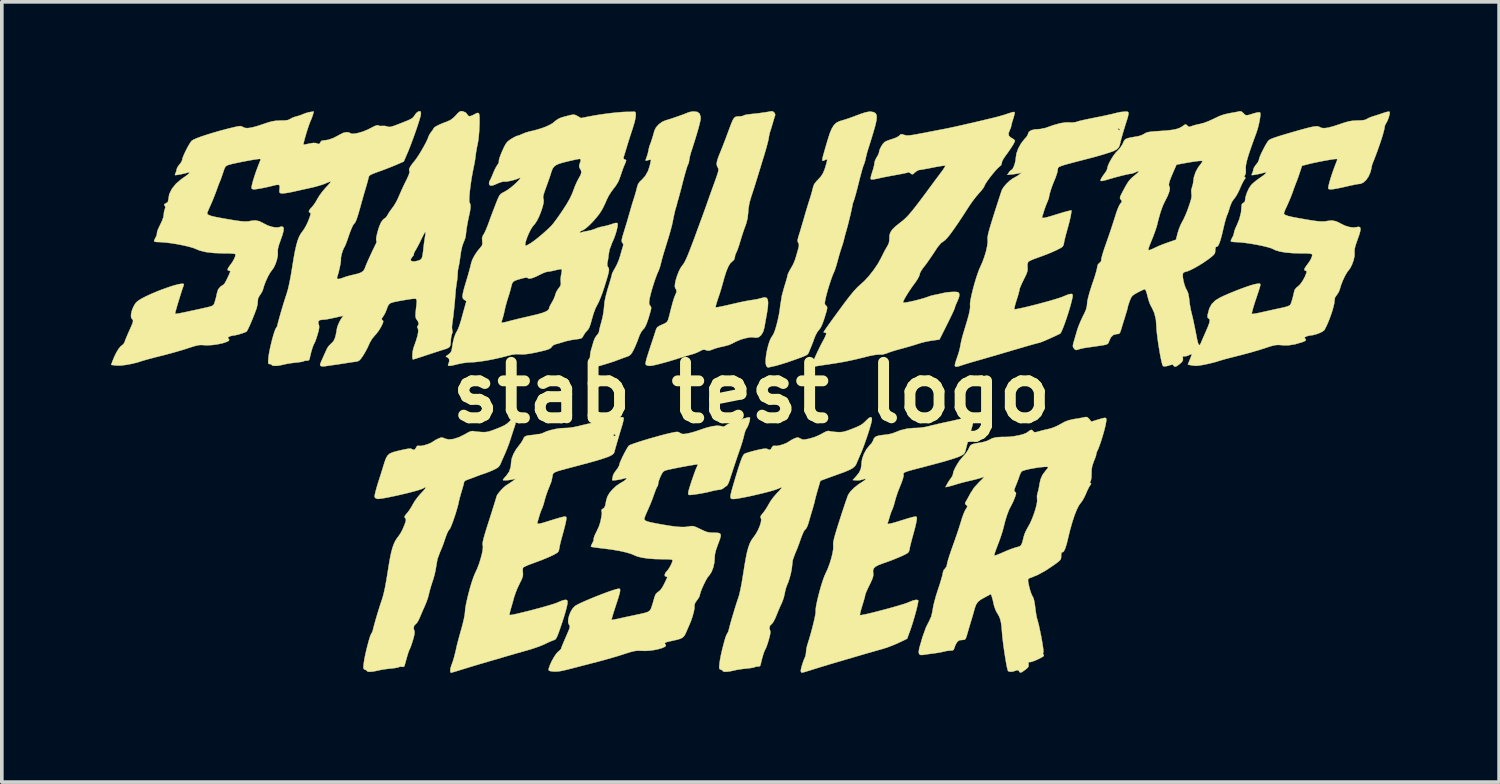
<source format=kicad_pcb>
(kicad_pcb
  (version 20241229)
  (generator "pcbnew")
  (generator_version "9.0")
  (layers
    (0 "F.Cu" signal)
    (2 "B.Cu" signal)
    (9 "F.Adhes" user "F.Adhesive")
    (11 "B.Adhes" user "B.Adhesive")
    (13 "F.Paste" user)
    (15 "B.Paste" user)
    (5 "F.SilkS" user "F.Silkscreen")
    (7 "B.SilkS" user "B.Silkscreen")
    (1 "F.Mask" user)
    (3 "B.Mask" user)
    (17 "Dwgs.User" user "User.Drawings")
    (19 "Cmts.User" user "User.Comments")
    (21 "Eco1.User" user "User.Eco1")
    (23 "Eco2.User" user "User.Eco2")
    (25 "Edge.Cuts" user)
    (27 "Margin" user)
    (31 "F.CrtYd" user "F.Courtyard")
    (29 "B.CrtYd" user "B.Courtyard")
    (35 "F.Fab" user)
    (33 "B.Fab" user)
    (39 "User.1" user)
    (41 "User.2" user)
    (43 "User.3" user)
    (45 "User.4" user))
  (footprint "stab test logo"
    (layer "F.Cu")
    (at 17.604 7.743)
    (property "Reference" "stab test logo" (at 0 0 0) (layer "F.SilkS") (effects (font (size 1.524 1.524) (thickness 0.3))))
    (attr through_hole)
    (fp_poly (pts (xy 3.349 -7.712) (xy 3.401 -7.687) (xy 3.432 -7.642) (xy 3.442 -7.573) (xy 3.431 -7.474) (xy 3.4 -7.34) (xy 3.35 -7.165) (xy 3.34 -7.131) (xy 3.298 -6.993) (xy 3.259 -6.866) (xy 3.226 -6.761) (xy 3.203 -6.689) (xy 3.196 -6.668) (xy 3.175 -6.598) (xy 3.152 -6.505) (xy 3.14 -6.452) (xy 3.119 -6.364) (xy 3.096 -6.29) (xy 3.083 -6.261) (xy 3.067 -6.218) (xy 3.042 -6.137) (xy 3.012 -6.028) (xy 2.979 -5.903) (xy 2.973 -5.88) (xy 2.918 -5.659) (xy 2.872 -5.483) (xy 2.835 -5.354) (xy 2.81 -5.273) (xy 2.798 -5.246) (xy 2.782 -5.199) (xy 2.779 -5.182) (xy 2.767 -5.118) (xy 2.746 -5.018) (xy 2.719 -4.896) (xy 2.687 -4.766) (xy 2.656 -4.64) (xy 2.627 -4.531) (xy 2.614 -4.483) (xy 2.584 -4.38) (xy 2.558 -4.283) (xy 2.542 -4.216) (xy 2.523 -4.143) (xy 2.494 -4.047) (xy 2.469 -3.975) (xy 2.437 -3.874) (xy 2.4 -3.749) (xy 2.366 -3.624) (xy 2.362 -3.609) (xy 2.331 -3.498) (xy 2.298 -3.394) (xy 2.268 -3.317) (xy 2.262 -3.304) (xy 2.227 -3.224) (xy 2.185 -3.108) (xy 2.14 -2.971) (xy 2.096 -2.828) (xy 2.059 -2.693) (xy 2.032 -2.58) (xy 2.016 -2.494) (xy 2.014 -2.443) (xy 2.026 -2.414) (xy 2.042 -2.399) (xy 2.065 -2.379) (xy 2.077 -2.353) (xy 2.077 -2.313) (xy 2.064 -2.25) (xy 2.036 -2.155) (xy 2.002 -2.045) (xy 1.951 -1.898) (xy 1.904 -1.795) (xy 1.858 -1.732) (xy 1.853 -1.727) (xy 1.808 -1.669) (xy 1.761 -1.581) (xy 1.727 -1.499) (xy 1.69 -1.395) (xy 1.651 -1.295) (xy 1.625 -1.232) (xy 1.594 -1.16) (xy 1.572 -1.103) (xy 1.568 -1.092) (xy 1.537 -1.052) (xy 1.495 -1.025) (xy 1.415 -0.991) (xy 1.3 -0.948) (xy 1.165 -0.899) (xy 1.021 -0.85) (xy 0.882 -0.804) (xy 0.76 -0.767) (xy 0.669 -0.741) (xy 0.648 -0.736) (xy 0.562 -0.718) (xy 0.495 -0.702) (xy 0.465 -0.693) (xy 0.433 -0.704) (xy 0.405 -0.739) (xy 0.389 -0.807) (xy 0.389 -0.91) (xy 0.402 -1.035) (xy 0.427 -1.171) (xy 0.46 -1.304) (xy 0.498 -1.423) (xy 0.541 -1.515) (xy 0.568 -1.554) (xy 0.604 -1.612) (xy 0.643 -1.71) (xy 0.682 -1.837) (xy 0.719 -1.982) (xy 0.752 -2.135) (xy 0.777 -2.284) (xy 0.787 -2.375) (xy 0.836 -2.676) (xy 0.9 -2.908) (xy 0.936 -3.023) (xy 0.965 -3.122) (xy 0.984 -3.194) (xy 0.99 -3.227) (xy 1.003 -3.268) (xy 1.036 -3.337) (xy 1.078 -3.412) (xy 1.122 -3.487) (xy 1.155 -3.552) (xy 1.184 -3.622) (xy 1.214 -3.709) (xy 1.248 -3.826) (xy 1.268 -3.896) (xy 1.294 -3.993) (xy 1.303 -4.054) (xy 1.298 -4.095) (xy 1.284 -4.12) (xy 1.268 -4.154) (xy 1.267 -4.199) (xy 1.283 -4.267) (xy 1.301 -4.326) (xy 1.329 -4.415) (xy 1.365 -4.536) (xy 1.405 -4.672) (xy 1.439 -4.788) (xy 1.481 -4.934) (xy 1.528 -5.09) (xy 1.572 -5.234) (xy 1.6 -5.321) (xy 1.635 -5.434) (xy 1.665 -5.54) (xy 1.686 -5.623) (xy 1.691 -5.646) (xy 1.722 -5.731) (xy 1.791 -5.819) (xy 1.821 -5.849) (xy 1.902 -5.936) (xy 1.963 -6.03) (xy 2.012 -6.146) (xy 2.047 -6.261) (xy 2.071 -6.349) (xy 2.079 -6.397) (xy 2.07 -6.413) (xy 2.041 -6.406) (xy 2.019 -6.396) (xy 1.988 -6.381) (xy 1.964 -6.373) (xy 1.949 -6.377) (xy 1.945 -6.397) (xy 1.95 -6.439) (xy 1.966 -6.509) (xy 1.995 -6.611) (xy 2.035 -6.751) (xy 2.089 -6.934) (xy 2.097 -6.96) (xy 2.152 -7.132) (xy 2.206 -7.26) (xy 2.263 -7.353) (xy 2.328 -7.416) (xy 2.406 -7.457) (xy 2.45 -7.471) (xy 2.564 -7.505) (xy 2.707 -7.553) (xy 2.884 -7.619) (xy 2.994 -7.66) (xy 3.119 -7.701) (xy 3.223 -7.723) (xy 3.274 -7.725) (xy 3.349 -7.712)) (stroke (width 0.01) (type solid)) (fill yes) (layer "F.SilkS"))
    (fp_poly (pts (xy -1.488 -7.716) (xy -1.428 -7.671) (xy -1.401 -7.589) (xy -1.398 -7.543) (xy -1.405 -7.486) (xy -1.428 -7.388) (xy -1.462 -7.257) (xy -1.508 -7.099) (xy -1.562 -6.922) (xy -1.622 -6.732) (xy -1.665 -6.603) (xy -1.691 -6.51) (xy -1.709 -6.418) (xy -1.712 -6.394) (xy -1.725 -6.322) (xy -1.745 -6.271) (xy -1.748 -6.267) (xy -1.763 -6.232) (xy -1.787 -6.157) (xy -1.819 -6.049) (xy -1.855 -5.917) (xy -1.892 -5.777) (xy -1.929 -5.63) (xy -1.964 -5.499) (xy -1.993 -5.391) (xy -2.014 -5.316) (xy -2.024 -5.283) (xy -2.042 -5.223) (xy -2.046 -5.202) (xy -2.058 -5.146) (xy -2.078 -5.087) (xy -2.095 -5.03) (xy -2.117 -4.939) (xy -2.14 -4.832) (xy -2.146 -4.801) (xy -2.166 -4.703) (xy -2.187 -4.606) (xy -2.214 -4.503) (xy -2.247 -4.383) (xy -2.29 -4.238) (xy -2.346 -4.057) (xy -2.375 -3.962) (xy -2.414 -3.836) (xy -2.45 -3.711) (xy -2.478 -3.605) (xy -2.49 -3.556) (xy -2.515 -3.462) (xy -2.545 -3.376) (xy -2.56 -3.34) (xy -2.598 -3.254) (xy -2.643 -3.134) (xy -2.69 -2.994) (xy -2.734 -2.85) (xy -2.771 -2.718) (xy -2.796 -2.611) (xy -2.798 -2.604) (xy -2.813 -2.512) (xy -2.815 -2.455) (xy -2.805 -2.418) (xy -2.787 -2.393) (xy -2.763 -2.36) (xy -2.758 -2.322) (xy -2.77 -2.26) (xy -2.781 -2.221) (xy -2.831 -2.05) (xy -2.875 -1.922) (xy -2.914 -1.83) (xy -2.951 -1.768) (xy -2.981 -1.737) (xy -3.029 -1.675) (xy -3.077 -1.581) (xy -3.1 -1.518) (xy -3.142 -1.405) (xy -3.194 -1.279) (xy -3.234 -1.193) (xy -3.282 -1.103) (xy -3.323 -1.048) (xy -3.368 -1.014) (xy -3.416 -0.994) (xy -3.486 -0.969) (xy -3.586 -0.933) (xy -3.699 -0.891) (xy -3.748 -0.872) (xy -3.841 -0.84) (xy -3.955 -0.804) (xy -4.077 -0.767) (xy -4.196 -0.734) (xy -4.299 -0.707) (xy -4.374 -0.69) (xy -4.406 -0.686) (xy -4.421 -0.706) (xy -4.43 -0.726) (xy -4.442 -0.793) (xy -4.445 -0.891) (xy -4.439 -1.001) (xy -4.426 -1.106) (xy -4.41 -1.174) (xy -4.381 -1.271) (xy -4.351 -1.376) (xy -4.344 -1.402) (xy -4.312 -1.486) (xy -4.269 -1.558) (xy -4.252 -1.577) (xy -4.209 -1.63) (xy -4.191 -1.677) (xy -4.191 -1.678) (xy -4.184 -1.721) (xy -4.166 -1.799) (xy -4.139 -1.898) (xy -4.125 -1.947) (xy -4.091 -2.085) (xy -4.065 -2.231) (xy -4.052 -2.358) (xy -4.052 -2.362) (xy -4.04 -2.49) (xy -4.01 -2.64) (xy -3.961 -2.821) (xy -3.94 -2.891) (xy -3.902 -3.016) (xy -3.87 -3.124) (xy -3.847 -3.207) (xy -3.836 -3.253) (xy -3.835 -3.259) (xy -3.823 -3.294) (xy -3.79 -3.358) (xy -3.748 -3.43) (xy -3.696 -3.53) (xy -3.645 -3.652) (xy -3.609 -3.763) (xy -3.581 -3.864) (xy -3.555 -3.954) (xy -3.535 -4.014) (xy -3.534 -4.018) (xy -3.523 -4.078) (xy -3.548 -4.122) (xy -3.564 -4.143) (xy -3.569 -4.172) (xy -3.563 -4.22) (xy -3.545 -4.294) (xy -3.512 -4.404) (xy -3.498 -4.449) (xy -3.455 -4.589) (xy -3.411 -4.735) (xy -3.373 -4.868) (xy -3.352 -4.94) (xy -3.315 -5.07) (xy -3.273 -5.213) (xy -3.234 -5.334) (xy -3.2 -5.445) (xy -3.168 -5.556) (xy -3.147 -5.643) (xy -3.146 -5.646) (xy -3.116 -5.738) (xy -3.062 -5.81) (xy -3.018 -5.849) (xy -2.921 -5.956) (xy -2.842 -6.097) (xy -2.794 -6.248) (xy -2.779 -6.319) (xy -2.766 -6.373) (xy -2.766 -6.375) (xy -2.764 -6.398) (xy -2.783 -6.404) (xy -2.833 -6.394) (xy -2.878 -6.382) (xy -2.907 -6.377) (xy -2.911 -6.394) (xy -2.893 -6.444) (xy -2.888 -6.457) (xy -2.859 -6.542) (xy -2.835 -6.639) (xy -2.832 -6.656) (xy -2.816 -6.734) (xy -2.799 -6.794) (xy -2.794 -6.806) (xy -2.772 -6.861) (xy -2.743 -6.948) (xy -2.71 -7.053) (xy -2.68 -7.158) (xy -2.669 -7.201) (xy -2.626 -7.289) (xy -2.549 -7.375) (xy -2.455 -7.445) (xy -2.363 -7.484) (xy -2.301 -7.502) (xy -2.209 -7.531) (xy -2.1 -7.568) (xy -1.986 -7.607) (xy -1.881 -7.645) (xy -1.798 -7.677) (xy -1.75 -7.698) (xy -1.691 -7.716) (xy -1.61 -7.728) (xy -1.585 -7.729) (xy -1.488 -7.716)) (stroke (width 0.01) (type solid)) (fill yes) (layer "F.SilkS"))
    (fp_poly (pts (xy 0.588 -7.73) (xy 0.631 -7.693) (xy 0.651 -7.643) (xy 0.648 -7.623) (xy 0.633 -7.578) (xy 0.61 -7.502) (xy 0.585 -7.417) (xy 0.557 -7.321) (xy 0.531 -7.237) (xy 0.514 -7.188) (xy 0.496 -7.125) (xy 0.478 -7.038) (xy 0.472 -6.998) (xy 0.458 -6.927) (xy 0.431 -6.82) (xy 0.396 -6.692) (xy 0.355 -6.553) (xy 0.344 -6.515) (xy 0.295 -6.359) (xy 0.244 -6.191) (xy 0.195 -6.031) (xy 0.155 -5.9) (xy 0.153 -5.893) (xy 0.109 -5.751) (xy 0.06 -5.595) (xy 0.013 -5.452) (xy -0.006 -5.397) (xy -0.059 -5.213) (xy -0.086 -5.044) (xy -0.091 -4.966) (xy -0.109 -4.792) (xy -0.15 -4.638) (xy -0.165 -4.597) (xy -0.201 -4.5) (xy -0.244 -4.373) (xy -0.287 -4.238) (xy -0.308 -4.167) (xy -0.343 -4.052) (xy -0.377 -3.952) (xy -0.406 -3.879) (xy -0.421 -3.85) (xy -0.449 -3.785) (xy -0.457 -3.729) (xy -0.48 -3.655) (xy -0.522 -3.616) (xy -0.581 -3.561) (xy -0.636 -3.473) (xy -0.689 -3.347) (xy -0.744 -3.177) (xy -0.764 -3.105) (xy -0.798 -2.983) (xy -0.831 -2.867) (xy -0.859 -2.775) (xy -0.871 -2.736) (xy -0.922 -2.585) (xy -0.957 -2.476) (xy -0.978 -2.404) (xy -0.986 -2.362) (xy -0.983 -2.346) (xy -0.955 -2.347) (xy -0.887 -2.358) (xy -0.79 -2.378) (xy -0.672 -2.404) (xy -0.656 -2.408) (xy -0.453 -2.455) (xy -0.289 -2.492) (xy -0.156 -2.519) (xy -0.044 -2.539) (xy 0.054 -2.553) (xy 0.059 -2.554) (xy 0.157 -2.571) (xy 0.252 -2.595) (xy 0.276 -2.602) (xy 0.354 -2.621) (xy 0.408 -2.61) (xy 0.442 -2.568) (xy 0.455 -2.489) (xy 0.45 -2.371) (xy 0.427 -2.209) (xy 0.418 -2.159) (xy 0.396 -2.035) (xy 0.373 -1.908) (xy 0.355 -1.803) (xy 0.353 -1.791) (xy 0.318 -1.672) (xy 0.263 -1.581) (xy 0.193 -1.524) (xy 0.115 -1.511) (xy 0.102 -1.513) (xy 0.044 -1.524) (xy -0.01 -1.525) (xy -0.076 -1.517) (xy -0.17 -1.497) (xy -0.198 -1.491) (xy -0.308 -1.457) (xy -0.42 -1.41) (xy -0.481 -1.378) (xy -0.608 -1.317) (xy -0.759 -1.275) (xy -0.778 -1.271) (xy -0.888 -1.248) (xy -0.996 -1.217) (xy -1.066 -1.191) (xy -1.144 -1.162) (xy -1.2 -1.156) (xy -1.249 -1.17) (xy -1.303 -1.185) (xy -1.355 -1.175) (xy -1.413 -1.145) (xy -1.495 -1.105) (xy -1.595 -1.067) (xy -1.636 -1.056) (xy -1.719 -1.032) (xy -1.831 -0.999) (xy -1.953 -0.961) (xy -2.007 -0.944) (xy -2.177 -0.891) (xy -2.343 -0.842) (xy -2.497 -0.8) (xy -2.628 -0.767) (xy -2.729 -0.745) (xy -2.792 -0.737) (xy -2.794 -0.737) (xy -2.858 -0.746) (xy -2.894 -0.76) (xy -2.906 -0.773) (xy -2.912 -0.796) (xy -2.908 -0.835) (xy -2.895 -0.895) (xy -2.871 -0.981) (xy -2.833 -1.1) (xy -2.782 -1.257) (xy -2.731 -1.41) (xy -2.692 -1.527) (xy -2.658 -1.632) (xy -2.632 -1.712) (xy -2.62 -1.751) (xy -2.592 -1.798) (xy -2.529 -1.84) (xy -2.464 -1.869) (xy -2.382 -1.905) (xy -2.331 -1.939) (xy -2.299 -1.988) (xy -2.274 -2.065) (xy -2.263 -2.108) (xy -2.216 -2.294) (xy -2.178 -2.437) (xy -2.148 -2.543) (xy -2.123 -2.619) (xy -2.102 -2.671) (xy -2.096 -2.683) (xy -2.063 -2.764) (xy -2.065 -2.824) (xy -2.094 -2.869) (xy -2.108 -2.917) (xy -2.102 -2.998) (xy -2.08 -3.101) (xy -2.045 -3.215) (xy -2.001 -3.326) (xy -1.952 -3.425) (xy -1.902 -3.498) (xy -1.9 -3.5) (xy -1.868 -3.541) (xy -1.835 -3.598) (xy -1.796 -3.677) (xy -1.75 -3.784) (xy -1.694 -3.924) (xy -1.626 -4.102) (xy -1.568 -4.256) (xy -1.499 -4.445) (xy -1.43 -4.632) (xy -1.365 -4.809) (xy -1.308 -4.965) (xy -1.262 -5.092) (xy -1.235 -5.169) (xy -1.192 -5.292) (xy -1.138 -5.444) (xy -1.079 -5.607) (xy -1.023 -5.762) (xy -1.018 -5.776) (xy -0.969 -5.913) (xy -0.936 -6.011) (xy -0.916 -6.079) (xy -0.909 -6.125) (xy -0.912 -6.158) (xy -0.925 -6.186) (xy -0.932 -6.2) (xy -0.953 -6.247) (xy -0.957 -6.303) (xy -0.944 -6.376) (xy -0.912 -6.476) (xy -0.858 -6.61) (xy -0.85 -6.629) (xy -0.809 -6.73) (xy -0.763 -6.849) (xy -0.707 -6.994) (xy -0.64 -7.175) (xy -0.597 -7.29) (xy -0.549 -7.416) (xy -0.511 -7.501) (xy -0.476 -7.554) (xy -0.438 -7.582) (xy -0.39 -7.593) (xy -0.344 -7.595) (xy -0.273 -7.599) (xy -0.225 -7.612) (xy -0.217 -7.618) (xy -0.187 -7.631) (xy -0.119 -7.645) (xy -0.027 -7.657) (xy -0.006 -7.659) (xy 0.095 -7.669) (xy 0.182 -7.679) (xy 0.237 -7.686) (xy 0.241 -7.687) (xy 0.3 -7.696) (xy 0.378 -7.707) (xy 0.394 -7.709) (xy 0.47 -7.721) (xy 0.529 -7.733) (xy 0.537 -7.736) (xy 0.588 -7.73)) (stroke (width 0.01) (type solid)) (fill yes) (layer "F.SilkS"))
    (fp_poly (pts (xy -6.474 0.7) (xy -6.473 0.769) (xy -6.491 0.865) (xy -6.516 0.946) (xy -6.543 1.023) (xy -6.577 1.129) (xy -6.613 1.241) (xy -6.618 1.257) (xy -6.661 1.387) (xy -6.715 1.53) (xy -6.765 1.651) (xy -6.812 1.757) (xy -6.858 1.86) (xy -6.892 1.94) (xy -6.895 1.947) (xy -6.927 2.01) (xy -6.97 2.055) (xy -7.037 2.095) (xy -7.096 2.123) (xy -7.195 2.166) (xy -7.293 2.204) (xy -7.353 2.225) (xy -7.437 2.253) (xy -7.538 2.29) (xy -7.595 2.312) (xy -7.688 2.348) (xy -7.776 2.38) (xy -7.817 2.394) (xy -7.872 2.421) (xy -7.899 2.449) (xy -7.899 2.452) (xy -7.906 2.49) (xy -7.925 2.562) (xy -7.952 2.656) (xy -7.964 2.696) (xy -7.995 2.801) (xy -8.021 2.894) (xy -8.037 2.959) (xy -8.04 2.972) (xy -8.059 3.063) (xy -8.09 3.177) (xy -8.127 3.304) (xy -8.169 3.432) (xy -8.211 3.552) (xy -8.25 3.654) (xy -8.282 3.726) (xy -8.304 3.758) (xy -8.336 3.802) (xy -8.374 3.882) (xy -8.413 3.988) (xy -8.421 4.013) (xy -8.463 4.138) (xy -8.512 4.267) (xy -8.559 4.377) (xy -8.565 4.391) (xy -8.631 4.569) (xy -8.663 4.749) (xy -8.682 4.868) (xy -8.713 5.008) (xy -8.752 5.143) (xy -8.762 5.171) (xy -8.801 5.29) (xy -8.836 5.41) (xy -8.862 5.509) (xy -8.867 5.534) (xy -8.891 5.627) (xy -8.93 5.741) (xy -8.975 5.851) (xy -8.975 5.851) (xy -9.026 5.964) (xy -9.078 6.084) (xy -9.117 6.179) (xy -9.156 6.261) (xy -9.195 6.324) (xy -9.222 6.351) (xy -9.274 6.404) (xy -9.286 6.479) (xy -9.271 6.531) (xy -9.26 6.574) (xy -9.264 6.632) (xy -9.283 6.718) (xy -9.308 6.804) (xy -9.339 6.904) (xy -9.368 6.986) (xy -9.389 7.037) (xy -9.394 7.045) (xy -9.411 7.082) (xy -9.437 7.154) (xy -9.465 7.248) (xy -9.474 7.277) (xy -9.501 7.375) (xy -9.524 7.457) (xy -9.538 7.507) (xy -9.54 7.514) (xy -9.569 7.536) (xy -9.602 7.531) (xy -9.658 7.528) (xy -9.685 7.538) (xy -9.723 7.552) (xy -9.798 7.566) (xy -9.895 7.578) (xy -9.922 7.58) (xy -10.042 7.594) (xy -10.163 7.612) (xy -10.26 7.633) (xy -10.265 7.634) (xy -10.371 7.657) (xy -10.463 7.669) (xy -10.532 7.668) (xy -10.565 7.654) (xy -10.566 7.648) (xy -10.588 7.625) (xy -10.621 7.612) (xy -10.65 7.6) (xy -10.664 7.576) (xy -10.666 7.528) (xy -10.657 7.442) (xy -10.657 7.44) (xy -10.643 7.345) (xy -10.62 7.226) (xy -10.591 7.095) (xy -10.558 6.962) (xy -10.525 6.838) (xy -10.495 6.734) (xy -10.469 6.66) (xy -10.453 6.629) (xy -10.422 6.575) (xy -10.407 6.528) (xy -10.387 6.445) (xy -10.355 6.328) (xy -10.315 6.188) (xy -10.271 6.039) (xy -10.226 5.895) (xy -10.185 5.768) (xy -10.16 5.697) (xy -10.119 5.56) (xy -10.077 5.377) (xy -10.035 5.152) (xy -10.008 4.985) (xy -9.97 4.746) (xy -9.936 4.551) (xy -9.903 4.393) (xy -9.869 4.266) (xy -9.833 4.162) (xy -9.793 4.077) (xy -9.747 4.002) (xy -9.695 3.935) (xy -9.647 3.864) (xy -9.595 3.767) (xy -9.55 3.664) (xy -9.515 3.571) (xy -9.499 3.512) (xy -9.5 3.475) (xy -9.515 3.45) (xy -9.518 3.447) (xy -9.536 3.42) (xy -9.53 3.389) (xy -9.494 3.341) (xy -9.468 3.311) (xy -9.407 3.232) (xy -9.344 3.133) (xy -9.308 3.067) (xy -9.253 2.975) (xy -9.176 2.87) (xy -9.093 2.774) (xy -9.085 2.766) (xy -9.008 2.683) (xy -8.963 2.626) (xy -8.953 2.598) (xy -8.977 2.6) (xy -9.022 2.627) (xy -9.075 2.65) (xy -9.169 2.681) (xy -9.294 2.716) (xy -9.44 2.754) (xy -9.599 2.792) (xy -9.761 2.829) (xy -9.918 2.862) (xy -10.059 2.89) (xy -10.175 2.909) (xy -10.257 2.918) (xy -10.287 2.917) (xy -10.34 2.893) (xy -10.359 2.862) (xy -10.355 2.815) (xy -10.336 2.727) (xy -10.303 2.605) (xy -10.258 2.456) (xy -10.211 2.311) (xy -10.194 2.258) (xy -10.167 2.172) (xy -10.135 2.069) (xy -10.124 2.032) (xy -10.08 1.892) (xy -10.041 1.791) (xy -9.998 1.721) (xy -9.942 1.673) (xy -9.863 1.638) (xy -9.753 1.607) (xy -9.665 1.586) (xy -9.529 1.556) (xy -9.435 1.539) (xy -9.376 1.535) (xy -9.344 1.543) (xy -9.341 1.546) (xy -9.289 1.573) (xy -9.244 1.552) (xy -9.22 1.51) (xy -9.191 1.463) (xy -9.15 1.459) (xy -9.146 1.46) (xy -9.086 1.462) (xy -9 1.446) (xy -8.903 1.417) (xy -8.814 1.38) (xy -8.754 1.344) (xy -8.685 1.299) (xy -8.605 1.259) (xy -8.599 1.256) (xy -8.533 1.233) (xy -8.484 1.235) (xy -8.428 1.26) (xy -8.326 1.285) (xy -8.197 1.273) (xy -8.045 1.225) (xy -7.875 1.142) (xy -7.811 1.104) (xy -7.734 1.066) (xy -7.671 1.053) (xy -7.658 1.054) (xy -7.607 1.063) (xy -7.524 1.072) (xy -7.437 1.08) (xy -7.356 1.083) (xy -7.287 1.079) (xy -7.215 1.065) (xy -7.126 1.036) (xy -7.006 0.99) (xy -6.878 0.938) (xy -6.785 0.893) (xy -6.716 0.847) (xy -6.656 0.792) (xy -6.636 0.772) (xy -6.575 0.713) (xy -6.524 0.675) (xy -6.497 0.667) (xy -6.474 0.7)) (stroke (width 0.01) (type solid)) (fill yes) (layer "F.SilkS"))
    (fp_poly (pts (xy 3.302 0.686) (xy 3.308 0.746) (xy 3.307 0.752) (xy 3.294 0.815) (xy 3.267 0.914) (xy 3.229 1.04) (xy 3.184 1.181) (xy 3.134 1.326) (xy 3.085 1.464) (xy 3.038 1.586) (xy 3.011 1.651) (xy 2.965 1.757) (xy 2.92 1.861) (xy 2.886 1.941) (xy 2.884 1.947) (xy 2.857 1.998) (xy 2.818 2.042) (xy 2.762 2.083) (xy 2.679 2.126) (xy 2.565 2.174) (xy 2.411 2.231) (xy 2.337 2.257) (xy 2.223 2.298) (xy 2.112 2.338) (xy 2.024 2.371) (xy 2.006 2.377) (xy 1.892 2.421) (xy 1.82 2.665) (xy 1.789 2.774) (xy 1.763 2.871) (xy 1.745 2.94) (xy 1.741 2.962) (xy 1.73 3.01) (xy 1.708 3.092) (xy 1.679 3.192) (xy 1.668 3.229) (xy 1.632 3.349) (xy 1.596 3.472) (xy 1.567 3.574) (xy 1.563 3.587) (xy 1.533 3.672) (xy 1.499 3.735) (xy 1.478 3.757) (xy 1.448 3.792) (xy 1.41 3.868) (xy 1.367 3.976) (xy 1.348 4.03) (xy 1.303 4.158) (xy 1.254 4.287) (xy 1.208 4.398) (xy 1.191 4.438) (xy 1.132 4.601) (xy 1.118 4.718) (xy 1.108 4.818) (xy 1.084 4.947) (xy 1.05 5.082) (xy 1.01 5.206) (xy 0.975 5.288) (xy 0.95 5.356) (xy 0.925 5.449) (xy 0.912 5.517) (xy 0.887 5.625) (xy 0.85 5.735) (xy 0.827 5.788) (xy 0.789 5.869) (xy 0.743 5.977) (xy 0.696 6.091) (xy 0.687 6.115) (xy 0.645 6.213) (xy 0.603 6.293) (xy 0.569 6.342) (xy 0.559 6.35) (xy 0.506 6.404) (xy 0.492 6.476) (xy 0.507 6.527) (xy 0.518 6.565) (xy 0.514 6.623) (xy 0.495 6.711) (xy 0.471 6.797) (xy 0.44 6.899) (xy 0.41 6.984) (xy 0.386 7.039) (xy 0.38 7.05) (xy 0.356 7.096) (xy 0.327 7.178) (xy 0.296 7.281) (xy 0.267 7.394) (xy 0.257 7.442) (xy 0.239 7.502) (xy 0.211 7.524) (xy 0.18 7.524) (xy 0.121 7.528) (xy 0.092 7.54) (xy 0.055 7.553) (xy -0.019 7.566) (xy -0.116 7.578) (xy -0.143 7.58) (xy -0.263 7.594) (xy -0.384 7.612) (xy -0.481 7.633) (xy -0.486 7.634) (xy -0.592 7.657) (xy -0.684 7.669) (xy -0.753 7.668) (xy -0.786 7.654) (xy -0.787 7.648) (xy -0.809 7.625) (xy -0.842 7.612) (xy -0.871 7.6) (xy -0.886 7.576) (xy -0.888 7.527) (xy -0.88 7.441) (xy -0.88 7.439) (xy -0.866 7.345) (xy -0.844 7.227) (xy -0.815 7.096) (xy -0.782 6.963) (xy -0.749 6.839) (xy -0.718 6.734) (xy -0.691 6.66) (xy -0.675 6.63) (xy -0.643 6.575) (xy -0.628 6.528) (xy -0.608 6.447) (xy -0.577 6.331) (xy -0.537 6.193) (xy -0.493 6.045) (xy -0.449 5.901) (xy -0.409 5.773) (xy -0.376 5.675) (xy -0.369 5.656) (xy -0.338 5.556) (xy -0.305 5.412) (xy -0.27 5.233) (xy -0.236 5.025) (xy -0.227 4.97) (xy -0.189 4.729) (xy -0.154 4.532) (xy -0.121 4.373) (xy -0.086 4.246) (xy -0.049 4.144) (xy -0.008 4.062) (xy 0.039 3.993) (xy 0.052 3.977) (xy 0.118 3.884) (xy 0.177 3.778) (xy 0.224 3.669) (xy 0.256 3.57) (xy 0.267 3.491) (xy 0.259 3.453) (xy 0.245 3.418) (xy 0.257 3.38) (xy 0.299 3.325) (xy 0.313 3.309) (xy 0.372 3.231) (xy 0.435 3.133) (xy 0.471 3.067) (xy 0.526 2.975) (xy 0.603 2.87) (xy 0.686 2.774) (xy 0.694 2.766) (xy 0.76 2.696) (xy 0.809 2.639) (xy 0.832 2.607) (xy 0.833 2.602) (xy 0.806 2.606) (xy 0.751 2.628) (xy 0.73 2.639) (xy 0.666 2.663) (xy 0.563 2.695) (xy 0.429 2.731) (xy 0.276 2.77) (xy 0.112 2.808) (xy -0.051 2.845) (xy -0.204 2.876) (xy -0.338 2.901) (xy -0.441 2.917) (xy -0.497 2.921) (xy -0.535 2.919) (xy -0.562 2.91) (xy -0.576 2.887) (xy -0.579 2.846) (xy -0.568 2.779) (xy -0.544 2.682) (xy -0.506 2.549) (xy -0.454 2.373) (xy -0.447 2.349) (xy -0.387 2.152) (xy -0.338 1.997) (xy -0.298 1.881) (xy -0.266 1.796) (xy -0.239 1.738) (xy -0.214 1.7) (xy -0.196 1.681) (xy -0.158 1.664) (xy -0.083 1.639) (xy 0.02 1.61) (xy 0.115 1.585) (xy 0.247 1.555) (xy 0.339 1.539) (xy 0.399 1.536) (xy 0.434 1.545) (xy 0.437 1.547) (xy 0.492 1.572) (xy 0.528 1.557) (xy 0.555 1.51) (xy 0.588 1.463) (xy 0.632 1.459) (xy 0.634 1.46) (xy 0.693 1.462) (xy 0.779 1.446) (xy 0.876 1.417) (xy 0.965 1.38) (xy 1.025 1.344) (xy 1.094 1.3) (xy 1.174 1.259) (xy 1.181 1.256) (xy 1.246 1.233) (xy 1.291 1.234) (xy 1.343 1.259) (xy 1.383 1.28) (xy 1.423 1.288) (xy 1.478 1.284) (xy 1.561 1.268) (xy 1.601 1.259) (xy 1.748 1.214) (xy 1.888 1.152) (xy 1.934 1.126) (xy 2.034 1.072) (xy 2.103 1.05) (xy 2.126 1.052) (xy 2.173 1.063) (xy 2.253 1.073) (xy 2.341 1.081) (xy 2.423 1.084) (xy 2.493 1.079) (xy 2.566 1.064) (xy 2.657 1.034) (xy 2.773 0.99) (xy 2.901 0.938) (xy 2.994 0.893) (xy 3.063 0.847) (xy 3.123 0.792) (xy 3.143 0.772) (xy 3.218 0.7) (xy 3.272 0.671) (xy 3.302 0.686)) (stroke (width 0.01) (type solid)) (fill yes) (layer "F.SilkS"))
    (fp_poly (pts (xy 6.09 0.676) (xy 6.111 0.694) (xy 6.109 0.731) (xy 6.094 0.805) (xy 6.069 0.908) (xy 6.035 1.027) (xy 6.03 1.044) (xy 5.99 1.181) (xy 5.952 1.317) (xy 5.92 1.437) (xy 5.899 1.519) (xy 5.876 1.608) (xy 5.851 1.663) (xy 5.814 1.699) (xy 5.757 1.732) (xy 5.677 1.767) (xy 5.559 1.808) (xy 5.401 1.857) (xy 5.2 1.915) (xy 4.953 1.981) (xy 4.763 2.031) (xy 4.574 2.08) (xy 4.43 2.118) (xy 4.324 2.148) (xy 4.251 2.172) (xy 4.206 2.191) (xy 4.183 2.207) (xy 4.176 2.222) (xy 4.178 2.232) (xy 4.179 2.285) (xy 4.157 2.373) (xy 4.116 2.489) (xy 4.1 2.527) (xy 4.02 2.728) (xy 3.964 2.896) (xy 3.937 2.997) (xy 3.912 3.09) (xy 3.883 3.175) (xy 3.868 3.21) (xy 3.838 3.28) (xy 3.807 3.37) (xy 3.799 3.4) (xy 3.775 3.481) (xy 3.753 3.548) (xy 3.746 3.566) (xy 3.738 3.597) (xy 3.758 3.606) (xy 3.812 3.598) (xy 3.872 3.583) (xy 3.966 3.557) (xy 4.079 3.522) (xy 4.173 3.493) (xy 4.288 3.457) (xy 4.39 3.428) (xy 4.465 3.409) (xy 4.5 3.404) (xy 4.531 3.408) (xy 4.543 3.43) (xy 4.54 3.483) (xy 4.534 3.524) (xy 4.52 3.597) (xy 4.495 3.704) (xy 4.462 3.829) (xy 4.43 3.945) (xy 4.396 4.067) (xy 4.369 4.175) (xy 4.35 4.258) (xy 4.343 4.303) (xy 4.325 4.366) (xy 4.299 4.399) (xy 4.249 4.43) (xy 4.162 4.473) (xy 4.047 4.524) (xy 3.914 4.579) (xy 3.773 4.633) (xy 3.634 4.682) (xy 3.619 4.687) (xy 3.49 4.735) (xy 3.405 4.781) (xy 3.357 4.831) (xy 3.339 4.891) (xy 3.343 4.953) (xy 3.347 5.006) (xy 3.338 5.061) (xy 3.313 5.132) (xy 3.269 5.23) (xy 3.241 5.286) (xy 3.192 5.388) (xy 3.153 5.475) (xy 3.129 5.536) (xy 3.124 5.558) (xy 3.117 5.596) (xy 3.097 5.671) (xy 3.068 5.769) (xy 3.044 5.846) (xy 3.013 5.951) (xy 2.99 6.038) (xy 2.979 6.096) (xy 2.98 6.113) (xy 3.01 6.112) (xy 3.08 6.1) (xy 3.184 6.078) (xy 3.313 6.047) (xy 3.46 6.01) (xy 3.616 5.969) (xy 3.774 5.927) (xy 3.927 5.884) (xy 4.065 5.844) (xy 4.182 5.808) (xy 4.27 5.778) (xy 4.308 5.763) (xy 4.436 5.711) (xy 4.525 5.691) (xy 4.574 5.701) (xy 4.581 5.709) (xy 4.58 5.743) (xy 4.567 5.816) (xy 4.543 5.918) (xy 4.512 6.04) (xy 4.474 6.174) (xy 4.434 6.308) (xy 4.394 6.434) (xy 4.363 6.524) (xy 4.276 6.761) (xy 4.037 6.875) (xy 3.905 6.933) (xy 3.76 6.989) (xy 3.626 7.034) (xy 3.581 7.047) (xy 3.48 7.075) (xy 3.344 7.114) (xy 3.189 7.158) (xy 3.03 7.204) (xy 2.959 7.225) (xy 2.792 7.274) (xy 2.612 7.327) (xy 2.439 7.378) (xy 2.289 7.422) (xy 2.248 7.434) (xy 2.095 7.479) (xy 1.925 7.531) (xy 1.763 7.581) (xy 1.671 7.61) (xy 1.546 7.649) (xy 1.462 7.675) (xy 1.41 7.688) (xy 1.381 7.691) (xy 1.366 7.683) (xy 1.359 7.667) (xy 1.355 7.658) (xy 1.356 7.617) (xy 1.372 7.544) (xy 1.399 7.453) (xy 1.431 7.36) (xy 1.464 7.28) (xy 1.475 7.258) (xy 1.491 7.203) (xy 1.499 7.129) (xy 1.499 7.126) (xy 1.507 7.044) (xy 1.528 6.951) (xy 1.535 6.929) (xy 1.581 6.781) (xy 1.627 6.625) (xy 1.669 6.468) (xy 1.706 6.32) (xy 1.736 6.19) (xy 1.756 6.086) (xy 1.764 6.018) (xy 1.763 6.001) (xy 1.764 5.944) (xy 1.778 5.849) (xy 1.803 5.726) (xy 1.837 5.585) (xy 1.876 5.436) (xy 1.918 5.29) (xy 1.961 5.156) (xy 2.001 5.045) (xy 2.033 4.972) (xy 2.092 4.845) (xy 2.146 4.701) (xy 2.192 4.553) (xy 2.226 4.413) (xy 2.246 4.293) (xy 2.247 4.207) (xy 2.247 4.205) (xy 2.244 4.164) (xy 2.248 4.113) (xy 2.26 4.046) (xy 2.282 3.957) (xy 2.316 3.839) (xy 2.363 3.685) (xy 2.425 3.491) (xy 2.48 3.319) (xy 2.533 3.159) (xy 2.58 3.019) (xy 2.619 2.907) (xy 2.647 2.829) (xy 2.66 2.799) (xy 2.721 2.712) (xy 2.817 2.615) (xy 2.937 2.52) (xy 3.035 2.456) (xy 3.104 2.41) (xy 3.136 2.378) (xy 3.129 2.365) (xy 3.083 2.374) (xy 3.052 2.386) (xy 2.976 2.405) (xy 2.888 2.409) (xy 2.88 2.408) (xy 2.782 2.4) (xy 2.876 2.297) (xy 2.958 2.193) (xy 3.004 2.094) (xy 3.021 1.98) (xy 3.023 1.931) (xy 3.041 1.814) (xy 3.089 1.682) (xy 3.158 1.555) (xy 3.24 1.453) (xy 3.251 1.442) (xy 3.304 1.382) (xy 3.339 1.32) (xy 3.342 1.311) (xy 3.368 1.249) (xy 3.415 1.206) (xy 3.493 1.179) (xy 3.565 1.168) (xy 5.842 1.168) (xy 5.861 1.193) (xy 5.867 1.194) (xy 5.892 1.174) (xy 5.893 1.168) (xy 5.873 1.144) (xy 5.867 1.143) (xy 5.843 1.162) (xy 5.842 1.168) (xy 3.565 1.168) (xy 3.611 1.162) (xy 3.639 1.159) (xy 3.765 1.143) (xy 3.874 1.117) (xy 3.933 1.094) (xy 4.091 1.032) (xy 4.272 0.988) (xy 4.452 0.97) (xy 4.499 0.97) (xy 4.629 0.963) (xy 4.779 0.941) (xy 4.864 0.921) (xy 4.997 0.888) (xy 5.145 0.853) (xy 5.271 0.825) (xy 5.404 0.797) (xy 5.553 0.764) (xy 5.677 0.735) (xy 5.84 0.7) (xy 5.96 0.678) (xy 6.041 0.67) (xy 6.09 0.676)) (stroke (width 0.01) (type solid)) (fill yes) (layer "F.SilkS"))
    (fp_poly (pts (xy 10.331 -7.724) (xy 10.357 -7.707) (xy 10.36 -7.658) (xy 10.34 -7.571) (xy 10.325 -7.522) (xy 10.257 -7.305) (xy 10.204 -7.131) (xy 10.165 -6.993) (xy 10.138 -6.887) (xy 10.133 -6.862) (xy 10.113 -6.788) (xy 10.083 -6.732) (xy 10.035 -6.687) (xy 9.96 -6.647) (xy 9.85 -6.606) (xy 9.749 -6.574) (xy 9.66 -6.546) (xy 9.577 -6.522) (xy 9.491 -6.497) (xy 9.392 -6.47) (xy 9.27 -6.438) (xy 9.115 -6.398) (xy 8.979 -6.363) (xy 8.797 -6.315) (xy 8.659 -6.278) (xy 8.558 -6.248) (xy 8.49 -6.223) (xy 8.447 -6.202) (xy 8.426 -6.181) (xy 8.419 -6.16) (xy 8.419 -6.158) (xy 8.402 -6.052) (xy 8.359 -5.921) (xy 8.33 -5.851) (xy 8.29 -5.755) (xy 8.25 -5.647) (xy 8.215 -5.542) (xy 8.19 -5.454) (xy 8.178 -5.396) (xy 8.178 -5.392) (xy 8.168 -5.343) (xy 8.141 -5.27) (xy 8.125 -5.232) (xy 8.085 -5.134) (xy 8.048 -5.031) (xy 8.04 -5.004) (xy 8.017 -4.925) (xy 7.995 -4.861) (xy 7.989 -4.845) (xy 7.983 -4.818) (xy 7.999 -4.804) (xy 8.041 -4.805) (xy 8.114 -4.821) (xy 8.226 -4.852) (xy 8.357 -4.893) (xy 8.478 -4.93) (xy 8.588 -4.963) (xy 8.674 -4.986) (xy 8.722 -4.998) (xy 8.795 -5.011) (xy 8.777 -4.887) (xy 8.762 -4.812) (xy 8.737 -4.704) (xy 8.704 -4.578) (xy 8.672 -4.462) (xy 8.638 -4.341) (xy 8.611 -4.233) (xy 8.592 -4.15) (xy 8.585 -4.104) (xy 8.567 -4.041) (xy 8.541 -4.008) (xy 8.487 -3.973) (xy 8.395 -3.926) (xy 8.277 -3.872) (xy 8.142 -3.815) (xy 8.001 -3.761) (xy 7.865 -3.712) (xy 7.859 -3.71) (xy 7.757 -3.673) (xy 7.671 -3.636) (xy 7.615 -3.604) (xy 7.603 -3.593) (xy 7.583 -3.53) (xy 7.585 -3.445) (xy 7.588 -3.388) (xy 7.579 -3.332) (xy 7.555 -3.263) (xy 7.51 -3.167) (xy 7.482 -3.113) (xy 7.433 -3.012) (xy 7.394 -2.924) (xy 7.37 -2.862) (xy 7.366 -2.841) (xy 7.358 -2.799) (xy 7.338 -2.721) (xy 7.308 -2.621) (xy 7.286 -2.553) (xy 7.254 -2.45) (xy 7.232 -2.365) (xy 7.221 -2.309) (xy 7.223 -2.294) (xy 7.253 -2.294) (xy 7.324 -2.306) (xy 7.428 -2.328) (xy 7.558 -2.358) (xy 7.705 -2.394) (xy 7.862 -2.434) (xy 8.021 -2.477) (xy 8.175 -2.519) (xy 8.314 -2.56) (xy 8.433 -2.596) (xy 8.522 -2.626) (xy 8.557 -2.64) (xy 8.672 -2.688) (xy 8.75 -2.712) (xy 8.798 -2.715) (xy 8.824 -2.697) (xy 8.824 -2.696) (xy 8.826 -2.658) (xy 8.812 -2.58) (xy 8.786 -2.473) (xy 8.751 -2.345) (xy 8.709 -2.206) (xy 8.663 -2.064) (xy 8.616 -1.927) (xy 8.571 -1.806) (xy 8.531 -1.709) (xy 8.499 -1.645) (xy 8.48 -1.623) (xy 8.353 -1.562) (xy 8.226 -1.504) (xy 8.108 -1.452) (xy 8.009 -1.41) (xy 7.937 -1.382) (xy 7.902 -1.372) (xy 7.87 -1.365) (xy 7.795 -1.345) (xy 7.684 -1.314) (xy 7.544 -1.274) (xy 7.38 -1.226) (xy 7.198 -1.173) (xy 7.128 -1.152) (xy 6.93 -1.094) (xy 6.738 -1.037) (xy 6.558 -0.985) (xy 6.401 -0.939) (xy 6.273 -0.902) (xy 6.184 -0.877) (xy 6.172 -0.874) (xy 6.05 -0.839) (xy 5.925 -0.801) (xy 5.82 -0.768) (xy 5.806 -0.763) (xy 5.702 -0.729) (xy 5.637 -0.715) (xy 5.602 -0.72) (xy 5.589 -0.743) (xy 5.588 -0.758) (xy 5.597 -0.804) (xy 5.62 -0.882) (xy 5.652 -0.974) (xy 5.654 -0.981) (xy 5.692 -1.092) (xy 5.723 -1.209) (xy 5.74 -1.295) (xy 5.758 -1.39) (xy 5.786 -1.508) (xy 5.819 -1.626) (xy 5.823 -1.638) (xy 5.888 -1.852) (xy 5.938 -2.022) (xy 5.974 -2.155) (xy 5.996 -2.257) (xy 6.007 -2.331) (xy 6.008 -2.384) (xy 6.006 -2.398) (xy 6.006 -2.459) (xy 6.021 -2.558) (xy 6.047 -2.685) (xy 6.082 -2.83) (xy 6.123 -2.983) (xy 6.168 -3.134) (xy 6.213 -3.272) (xy 6.256 -3.388) (xy 6.286 -3.454) (xy 6.347 -3.592) (xy 6.402 -3.743) (xy 6.447 -3.893) (xy 6.477 -4.031) (xy 6.491 -4.144) (xy 6.489 -4.2) (xy 6.486 -4.241) (xy 6.491 -4.293) (xy 6.504 -4.362) (xy 6.527 -4.454) (xy 6.562 -4.575) (xy 6.61 -4.733) (xy 6.667 -4.915) (xy 6.721 -5.084) (xy 6.771 -5.24) (xy 6.815 -5.374) (xy 6.849 -5.48) (xy 6.873 -5.55) (xy 6.882 -5.575) (xy 6.93 -5.653) (xy 7.006 -5.742) (xy 7.094 -5.825) (xy 7.18 -5.888) (xy 7.197 -5.897) (xy 7.278 -5.942) (xy 7.35 -5.989) (xy 7.366 -6.002) (xy 7.429 -6.053) (xy 7.366 -6.034) (xy 7.304 -6.021) (xy 7.216 -6.007) (xy 7.166 -6.002) (xy 7.03 -5.988) (xy 7.074 -6.055) (xy 7.111 -6.101) (xy 7.141 -6.121) (xy 7.142 -6.121) (xy 7.171 -6.144) (xy 7.203 -6.203) (xy 7.232 -6.283) (xy 7.254 -6.372) (xy 7.264 -6.454) (xy 7.264 -6.459) (xy 7.282 -6.578) (xy 7.332 -6.713) (xy 7.405 -6.846) (xy 7.492 -6.96) (xy 7.507 -6.976) (xy 7.559 -7.034) (xy 7.59 -7.084) (xy 7.595 -7.1) (xy 7.618 -7.165) (xy 7.684 -7.212) (xy 7.786 -7.237) (xy 7.842 -7.24) (xy 7.945 -7.248) (xy 7.949 -7.249) (xy 10.067 -7.249) (xy 10.071 -7.239) (xy 10.105 -7.215) (xy 10.112 -7.214) (xy 10.126 -7.229) (xy 10.122 -7.239) (xy 10.088 -7.263) (xy 10.081 -7.264) (xy 10.067 -7.249) (xy 7.949 -7.249) (xy 8.046 -7.267) (xy 8.09 -7.281) (xy 8.306 -7.357) (xy 8.491 -7.407) (xy 8.64 -7.43) (xy 8.725 -7.429) (xy 8.829 -7.425) (xy 8.917 -7.439) (xy 8.928 -7.442) (xy 8.964 -7.455) (xy 9.014 -7.469) (xy 9.086 -7.486) (xy 9.184 -7.508) (xy 9.314 -7.535) (xy 9.483 -7.569) (xy 9.677 -7.608) (xy 9.792 -7.633) (xy 9.908 -7.659) (xy 9.995 -7.682) (xy 10.136 -7.713) (xy 10.272 -7.726) (xy 10.331 -7.724)) (stroke (width 0.01) (type solid)) (fill yes) (layer "F.SilkS"))
    (fp_poly (pts (xy -3.525 0.68) (xy -3.517 0.688) (xy -3.515 0.724) (xy -3.528 0.794) (xy -3.551 0.882) (xy -3.552 0.884) (xy -3.607 1.065) (xy -3.657 1.234) (xy -3.701 1.384) (xy -3.736 1.506) (xy -3.76 1.592) (xy -3.769 1.629) (xy -3.781 1.659) (xy -3.806 1.688) (xy -3.848 1.717) (xy -3.911 1.749) (xy -4 1.783) (xy -4.118 1.822) (xy -4.269 1.868) (xy -4.459 1.921) (xy -4.69 1.983) (xy -4.915 2.043) (xy -5.091 2.089) (xy -5.224 2.125) (xy -5.32 2.154) (xy -5.386 2.178) (xy -5.427 2.201) (xy -5.451 2.224) (xy -5.463 2.25) (xy -5.47 2.283) (xy -5.47 2.285) (xy -5.483 2.357) (xy -5.494 2.41) (xy -5.494 2.413) (xy -5.5 2.434) (xy -5.508 2.459) (xy -5.523 2.498) (xy -5.548 2.561) (xy -5.588 2.659) (xy -5.601 2.692) (xy -5.64 2.801) (xy -5.676 2.919) (xy -5.69 2.972) (xy -5.715 3.065) (xy -5.744 3.149) (xy -5.759 3.184) (xy -5.789 3.255) (xy -5.82 3.344) (xy -5.829 3.375) (xy -5.853 3.458) (xy -5.875 3.53) (xy -5.881 3.55) (xy -5.887 3.58) (xy -5.881 3.598) (xy -5.855 3.603) (xy -5.804 3.595) (xy -5.721 3.572) (xy -5.599 3.535) (xy -5.505 3.505) (xy -5.382 3.467) (xy -5.272 3.435) (xy -5.186 3.413) (xy -5.137 3.404) (xy -5.133 3.404) (xy -5.1 3.409) (xy -5.088 3.433) (xy -5.092 3.489) (xy -5.096 3.512) (xy -5.109 3.579) (xy -5.134 3.681) (xy -5.165 3.803) (xy -5.198 3.92) (xy -5.231 4.041) (xy -5.258 4.149) (xy -5.276 4.232) (xy -5.283 4.277) (xy -5.297 4.343) (xy -5.315 4.376) (xy -5.361 4.412) (xy -5.45 4.461) (xy -5.578 4.52) (xy -5.737 4.586) (xy -5.923 4.656) (xy -5.98 4.677) (xy -6.092 4.718) (xy -6.186 4.757) (xy -6.252 4.789) (xy -6.279 4.807) (xy -6.288 4.851) (xy -6.287 4.921) (xy -6.284 4.941) (xy -6.281 5) (xy -6.29 5.058) (xy -6.317 5.13) (xy -6.366 5.23) (xy -6.374 5.246) (xy -6.431 5.365) (xy -6.483 5.495) (xy -6.522 5.611) (xy -6.527 5.626) (xy -6.559 5.743) (xy -6.594 5.866) (xy -6.619 5.95) (xy -6.64 6.029) (xy -6.651 6.088) (xy -6.65 6.109) (xy -6.62 6.109) (xy -6.55 6.097) (xy -6.446 6.075) (xy -6.317 6.044) (xy -6.17 6.008) (xy -6.014 5.968) (xy -5.857 5.926) (xy -5.705 5.884) (xy -5.567 5.844) (xy -5.451 5.809) (xy -5.365 5.78) (xy -5.325 5.763) (xy -5.203 5.712) (xy -5.12 5.691) (xy -5.071 5.701) (xy -5.055 5.742) (xy -5.055 5.743) (xy -5.064 5.823) (xy -5.093 5.946) (xy -5.138 6.107) (xy -5.2 6.301) (xy -5.249 6.446) (xy -5.296 6.581) (xy -5.332 6.675) (xy -5.361 6.737) (xy -5.386 6.773) (xy -5.412 6.792) (xy -5.432 6.799) (xy -5.488 6.819) (xy -5.571 6.855) (xy -5.664 6.899) (xy -5.667 6.901) (xy -5.762 6.943) (xy -5.888 6.991) (xy -6.027 7.038) (xy -6.137 7.071) (xy -6.28 7.112) (xy -6.447 7.159) (xy -6.643 7.216) (xy -6.872 7.283) (xy -7.139 7.361) (xy -7.45 7.452) (xy -7.468 7.457) (xy -7.587 7.493) (xy -7.733 7.537) (xy -7.882 7.583) (xy -7.964 7.608) (xy -8.076 7.643) (xy -8.17 7.671) (xy -8.236 7.69) (xy -8.262 7.696) (xy -8.276 7.674) (xy -8.28 7.63) (xy -8.27 7.56) (xy -8.245 7.484) (xy -8.21 7.388) (xy -8.171 7.258) (xy -8.134 7.111) (xy -8.109 6.998) (xy -8.093 6.927) (xy -8.065 6.82) (xy -8.03 6.691) (xy -7.991 6.551) (xy -7.979 6.508) (xy -7.936 6.351) (xy -7.903 6.209) (xy -7.881 6.094) (xy -7.874 6.017) (xy -7.866 5.929) (xy -7.844 5.805) (xy -7.812 5.657) (xy -7.772 5.497) (xy -7.728 5.335) (xy -7.682 5.185) (xy -7.638 5.058) (xy -7.6 4.966) (xy -7.597 4.961) (xy -7.543 4.844) (xy -7.491 4.71) (xy -7.447 4.571) (xy -7.411 4.438) (xy -7.388 4.322) (xy -7.381 4.235) (xy -7.385 4.202) (xy -7.391 4.171) (xy -7.389 4.129) (xy -7.379 4.071) (xy -7.36 3.99) (xy -7.328 3.88) (xy -7.284 3.735) (xy -7.225 3.55) (xy -7.21 3.503) (xy -7.156 3.334) (xy -7.108 3.181) (xy -7.067 3.051) (xy -7.036 2.949) (xy -7.016 2.884) (xy -7.011 2.861) (xy -6.993 2.816) (xy -6.947 2.751) (xy -6.885 2.677) (xy -6.816 2.607) (xy -6.751 2.552) (xy -6.733 2.54) (xy -6.648 2.486) (xy -6.566 2.43) (xy -6.546 2.416) (xy -6.498 2.379) (xy -6.489 2.366) (xy -6.517 2.371) (xy -6.528 2.374) (xy -6.605 2.391) (xy -6.689 2.403) (xy -6.764 2.408) (xy -6.817 2.406) (xy -6.833 2.398) (xy -6.816 2.369) (xy -6.774 2.319) (xy -6.742 2.284) (xy -6.661 2.171) (xy -6.616 2.033) (xy -6.605 1.898) (xy -6.586 1.796) (xy -6.538 1.675) (xy -6.467 1.552) (xy -6.392 1.453) (xy -6.334 1.378) (xy -6.287 1.301) (xy -6.275 1.276) (xy -6.255 1.234) (xy -6.23 1.205) (xy -6.188 1.186) (xy -6.121 1.172) (xy -6.017 1.161) (xy -5.961 1.155) (xy -3.8 1.155) (xy -3.797 1.168) (xy -3.765 1.193) (xy -3.758 1.194) (xy -3.734 1.174) (xy -3.734 1.168) (xy -3.754 1.146) (xy -3.773 1.143) (xy -3.8 1.155) (xy -5.961 1.155) (xy -5.956 1.155) (xy -5.858 1.142) (xy -5.774 1.123) (xy -5.723 1.103) (xy -5.641 1.065) (xy -5.526 1.029) (xy -5.395 0.998) (xy -5.265 0.978) (xy -5.153 0.971) (xy -5.144 0.971) (xy -5.028 0.966) (xy -4.888 0.946) (xy -4.775 0.922) (xy -4.642 0.889) (xy -4.494 0.855) (xy -4.363 0.826) (xy -4.356 0.825) (xy -4.223 0.796) (xy -4.074 0.764) (xy -3.95 0.735) (xy -3.78 0.698) (xy -3.654 0.677) (xy -3.571 0.671) (xy -3.525 0.68)) (stroke (width 0.01) (type solid)) (fill yes) (layer "F.SilkS"))
    (fp_poly (pts (xy 7.229 -7.714) (xy 7.231 -7.683) (xy 7.217 -7.619) (xy 7.193 -7.534) (xy 7.192 -7.531) (xy 7.164 -7.442) (xy 7.145 -7.37) (xy 7.137 -7.33) (xy 7.126 -7.284) (xy 7.099 -7.223) (xy 7.099 -7.223) (xy 7.064 -7.132) (xy 7.071 -7.066) (xy 7.12 -7.016) (xy 7.15 -6.999) (xy 7.207 -6.965) (xy 7.238 -6.931) (xy 7.239 -6.925) (xy 7.224 -6.882) (xy 7.183 -6.807) (xy 7.12 -6.709) (xy 7.041 -6.595) (xy 6.975 -6.505) (xy 6.919 -6.422) (xy 6.885 -6.352) (xy 6.878 -6.314) (xy 6.861 -6.256) (xy 6.814 -6.214) (xy 6.766 -6.171) (xy 6.7 -6.1) (xy 6.625 -6.01) (xy 6.549 -5.914) (xy 6.481 -5.82) (xy 6.429 -5.742) (xy 6.402 -5.688) (xy 6.401 -5.683) (xy 6.378 -5.637) (xy 6.328 -5.57) (xy 6.263 -5.495) (xy 6.255 -5.486) (xy 6.178 -5.398) (xy 6.091 -5.286) (xy 6.009 -5.171) (xy 5.988 -5.139) (xy 5.822 -4.882) (xy 5.68 -4.668) (xy 5.56 -4.494) (xy 5.462 -4.359) (xy 5.383 -4.26) (xy 5.323 -4.196) (xy 5.28 -4.165) (xy 5.205 -4.11) (xy 5.121 -4.01) (xy 5.088 -3.962) (xy 4.984 -3.804) (xy 4.9 -3.681) (xy 4.831 -3.582) (xy 4.77 -3.499) (xy 4.718 -3.434) (xy 4.666 -3.359) (xy 4.63 -3.289) (xy 4.621 -3.252) (xy 4.605 -3.202) (xy 4.565 -3.127) (xy 4.509 -3.041) (xy 4.495 -3.023) (xy 4.407 -2.902) (xy 4.327 -2.783) (xy 4.258 -2.674) (xy 4.205 -2.583) (xy 4.172 -2.515) (xy 4.164 -2.479) (xy 4.166 -2.476) (xy 4.202 -2.475) (xy 4.274 -2.485) (xy 4.374 -2.505) (xy 4.488 -2.531) (xy 4.606 -2.561) (xy 4.717 -2.592) (xy 4.809 -2.621) (xy 4.864 -2.642) (xy 4.919 -2.661) (xy 4.999 -2.681) (xy 5.042 -2.69) (xy 5.142 -2.71) (xy 5.241 -2.733) (xy 5.271 -2.74) (xy 5.36 -2.757) (xy 5.462 -2.767) (xy 5.56 -2.772) (xy 5.64 -2.769) (xy 5.685 -2.759) (xy 5.712 -2.713) (xy 5.704 -2.633) (xy 5.661 -2.521) (xy 5.652 -2.502) (xy 5.617 -2.424) (xy 5.593 -2.362) (xy 5.588 -2.337) (xy 5.576 -2.303) (xy 5.545 -2.231) (xy 5.498 -2.131) (xy 5.439 -2.009) (xy 5.375 -1.88) (xy 5.165 -1.461) (xy 4.951 -1.432) (xy 4.827 -1.41) (xy 4.699 -1.381) (xy 4.593 -1.35) (xy 4.585 -1.347) (xy 4.499 -1.319) (xy 4.38 -1.283) (xy 4.244 -1.244) (xy 4.113 -1.208) (xy 3.984 -1.173) (xy 3.866 -1.137) (xy 3.771 -1.105) (xy 3.712 -1.081) (xy 3.71 -1.08) (xy 3.595 -1.048) (xy 3.534 -1.049) (xy 3.462 -1.048) (xy 3.353 -1.033) (xy 3.217 -1.005) (xy 3.162 -0.991) (xy 2.943 -0.937) (xy 2.757 -0.894) (xy 2.59 -0.859) (xy 2.427 -0.829) (xy 2.252 -0.801) (xy 2.166 -0.788) (xy 2.032 -0.768) (xy 1.909 -0.75) (xy 1.809 -0.734) (xy 1.745 -0.723) (xy 1.74 -0.722) (xy 1.682 -0.717) (xy 1.652 -0.724) (xy 1.651 -0.727) (xy 1.662 -0.771) (xy 1.691 -0.85) (xy 1.735 -0.953) (xy 1.788 -1.071) (xy 1.846 -1.193) (xy 1.904 -1.31) (xy 1.931 -1.361) (xy 1.995 -1.48) (xy 2.034 -1.562) (xy 2.052 -1.613) (xy 2.05 -1.64) (xy 2.03 -1.65) (xy 2.019 -1.651) (xy 1.985 -1.658) (xy 1.981 -1.663) (xy 1.996 -1.69) (xy 2.039 -1.755) (xy 2.108 -1.853) (xy 2.2 -1.982) (xy 2.314 -2.139) (xy 2.446 -2.319) (xy 2.562 -2.477) (xy 2.696 -2.651) (xy 2.813 -2.794) (xy 2.912 -2.9) (xy 2.978 -2.96) (xy 3.101 -3.07) (xy 3.232 -3.214) (xy 3.359 -3.376) (xy 3.473 -3.544) (xy 3.561 -3.704) (xy 3.563 -3.708) (xy 3.617 -3.817) (xy 3.671 -3.92) (xy 3.716 -4) (xy 3.729 -4.02) (xy 3.772 -4.103) (xy 3.788 -4.192) (xy 3.788 -4.246) (xy 3.793 -4.333) (xy 3.819 -4.411) (xy 3.871 -4.487) (xy 3.955 -4.57) (xy 4.077 -4.668) (xy 4.097 -4.683) (xy 4.16 -4.732) (xy 4.222 -4.787) (xy 4.285 -4.85) (xy 4.356 -4.929) (xy 4.437 -5.027) (xy 4.533 -5.149) (xy 4.648 -5.3) (xy 4.787 -5.486) (xy 4.862 -5.588) (xy 4.954 -5.712) (xy 5.048 -5.84) (xy 5.135 -5.956) (xy 5.203 -6.047) (xy 5.208 -6.053) (xy 5.266 -6.133) (xy 5.307 -6.197) (xy 5.326 -6.235) (xy 5.325 -6.24) (xy 5.296 -6.241) (xy 5.228 -6.232) (xy 5.128 -6.216) (xy 5.008 -6.194) (xy 4.979 -6.188) (xy 4.853 -6.163) (xy 4.742 -6.143) (xy 4.657 -6.128) (xy 4.609 -6.122) (xy 4.605 -6.121) (xy 4.56 -6.105) (xy 4.502 -6.064) (xy 4.491 -6.054) (xy 4.443 -6.011) (xy 4.413 -6.002) (xy 4.381 -6.021) (xy 4.374 -6.028) (xy 4.334 -6.056) (xy 4.315 -6.059) (xy 4.3 -6.052) (xy 4.262 -6.043) (xy 4.196 -6.028) (xy 4.097 -6.009) (xy 3.958 -5.983) (xy 3.776 -5.95) (xy 3.747 -5.944) (xy 3.631 -5.922) (xy 3.508 -5.895) (xy 3.451 -5.882) (xy 3.369 -5.866) (xy 3.306 -5.861) (xy 3.281 -5.865) (xy 3.273 -5.899) (xy 3.29 -5.977) (xy 3.316 -6.059) (xy 3.347 -6.157) (xy 3.369 -6.245) (xy 3.378 -6.306) (xy 3.378 -6.307) (xy 3.392 -6.373) (xy 3.428 -6.45) (xy 3.442 -6.472) (xy 3.481 -6.539) (xy 3.503 -6.597) (xy 3.505 -6.611) (xy 3.521 -6.679) (xy 3.56 -6.762) (xy 3.611 -6.84) (xy 3.662 -6.892) (xy 3.664 -6.894) (xy 3.719 -6.921) (xy 3.803 -6.952) (xy 3.872 -6.974) (xy 3.96 -7.005) (xy 4.032 -7.042) (xy 4.064 -7.068) (xy 4.097 -7.1) (xy 4.133 -7.105) (xy 4.195 -7.086) (xy 4.196 -7.086) (xy 4.235 -7.074) (xy 4.279 -7.069) (xy 4.337 -7.072) (xy 4.417 -7.082) (xy 4.529 -7.101) (xy 4.68 -7.13) (xy 4.703 -7.134) (xy 4.861 -7.165) (xy 5.019 -7.195) (xy 5.164 -7.223) (xy 5.28 -7.245) (xy 5.321 -7.253) (xy 5.429 -7.275) (xy 5.579 -7.307) (xy 5.766 -7.349) (xy 5.982 -7.399) (xy 6.222 -7.454) (xy 6.478 -7.515) (xy 6.655 -7.557) (xy 6.783 -7.59) (xy 6.913 -7.627) (xy 7.024 -7.663) (xy 7.054 -7.673) (xy 7.137 -7.7) (xy 7.2 -7.715) (xy 7.229 -7.714)) (stroke (width 0.01) (type solid)) (fill yes) (layer "F.SilkS"))
    (fp_poly (pts (xy -0.046 0.681) (xy -0.042 0.715) (xy -0.054 0.779) (xy -0.077 0.857) (xy -0.107 0.931) (xy -0.138 0.986) (xy -0.143 0.992) (xy -0.168 1.04) (xy -0.192 1.116) (xy -0.202 1.157) (xy -0.221 1.236) (xy -0.252 1.345) (xy -0.29 1.467) (xy -0.314 1.537) (xy -0.38 1.728) (xy -0.448 1.929) (xy -0.512 2.123) (xy -0.569 2.297) (xy -0.605 2.41) (xy -0.635 2.487) (xy -0.666 2.543) (xy -0.684 2.56) (xy -0.729 2.589) (xy -0.766 2.621) (xy -0.827 2.656) (xy -0.883 2.667) (xy -0.947 2.674) (xy -1.035 2.691) (xy -1.092 2.705) (xy -1.198 2.731) (xy -1.318 2.756) (xy -1.44 2.778) (xy -1.553 2.795) (xy -1.647 2.807) (xy -1.709 2.81) (xy -1.727 2.807) (xy -1.741 2.773) (xy -1.736 2.723) (xy -1.716 2.647) (xy -1.684 2.544) (xy -1.645 2.424) (xy -1.603 2.302) (xy -1.564 2.191) (xy -1.53 2.102) (xy -1.508 2.052) (xy -1.484 1.999) (xy -1.477 1.969) (xy -1.478 1.968) (xy -1.504 1.97) (xy -1.571 1.979) (xy -1.668 1.996) (xy -1.786 2.016) (xy -1.915 2.04) (xy -2.045 2.065) (xy -2.168 2.09) (xy -2.272 2.112) (xy -2.286 2.115) (xy -2.365 2.135) (xy -2.414 2.16) (xy -2.451 2.203) (xy -2.491 2.278) (xy -2.495 2.286) (xy -2.532 2.373) (xy -2.558 2.452) (xy -2.565 2.494) (xy -2.573 2.55) (xy -2.589 2.577) (xy -2.607 2.606) (xy -2.635 2.672) (xy -2.668 2.762) (xy -2.682 2.801) (xy -2.728 2.93) (xy -2.786 3.075) (xy -2.843 3.206) (xy -2.849 3.218) (xy -2.892 3.315) (xy -2.926 3.397) (xy -2.944 3.452) (xy -2.946 3.465) (xy -2.941 3.491) (xy -2.919 3.513) (xy -2.875 3.534) (xy -2.803 3.555) (xy -2.697 3.578) (xy -2.55 3.606) (xy -2.449 3.624) (xy -2.244 3.658) (xy -2.078 3.68) (xy -1.944 3.69) (xy -1.833 3.69) (xy -1.735 3.679) (xy -1.696 3.671) (xy -1.642 3.664) (xy -1.589 3.67) (xy -1.522 3.694) (xy -1.428 3.737) (xy -1.404 3.75) (xy -1.298 3.8) (xy -1.216 3.83) (xy -1.138 3.844) (xy -1.045 3.848) (xy -1.029 3.848) (xy -0.939 3.85) (xy -0.88 3.861) (xy -0.85 3.889) (xy -0.847 3.939) (xy -0.868 4.021) (xy -0.912 4.14) (xy -0.926 4.176) (xy -0.978 4.324) (xy -1.006 4.44) (xy -1.013 4.534) (xy -1.013 4.537) (xy -1.022 4.668) (xy -1.052 4.802) (xy -1.098 4.922) (xy -1.155 5.012) (xy -1.171 5.028) (xy -1.209 5.078) (xy -1.257 5.16) (xy -1.308 5.262) (xy -1.357 5.369) (xy -1.396 5.468) (xy -1.419 5.544) (xy -1.422 5.571) (xy -1.437 5.611) (xy -1.475 5.671) (xy -1.501 5.705) (xy -1.552 5.782) (xy -1.57 5.847) (xy -1.568 5.879) (xy -1.571 5.94) (xy -1.59 6.033) (xy -1.621 6.145) (xy -1.66 6.261) (xy -1.701 6.363) (xy -1.723 6.412) (xy -1.757 6.49) (xy -1.792 6.572) (xy -1.825 6.643) (xy -1.859 6.695) (xy -1.903 6.734) (xy -1.965 6.764) (xy -2.056 6.79) (xy -2.184 6.819) (xy -2.243 6.832) (xy -2.332 6.853) (xy -2.376 6.873) (xy -2.382 6.897) (xy -2.358 6.929) (xy -2.354 6.958) (xy -2.393 6.988) (xy -2.465 7.019) (xy -2.562 7.047) (xy -2.675 7.071) (xy -2.796 7.087) (xy -2.917 7.095) (xy -3.013 7.093) (xy -3.094 7.089) (xy -3.164 7.092) (xy -3.238 7.104) (xy -3.328 7.127) (xy -3.447 7.164) (xy -3.508 7.184) (xy -3.653 7.23) (xy -3.827 7.282) (xy -4.011 7.334) (xy -4.184 7.381) (xy -4.216 7.39) (xy -4.388 7.434) (xy -4.578 7.484) (xy -4.766 7.532) (xy -4.929 7.575) (xy -4.953 7.581) (xy -5.108 7.62) (xy -5.226 7.646) (xy -5.319 7.66) (xy -5.398 7.664) (xy -5.475 7.659) (xy -5.518 7.653) (xy -5.567 7.639) (xy -5.578 7.607) (xy -5.571 7.575) (xy -5.539 7.482) (xy -5.49 7.375) (xy -5.431 7.27) (xy -5.371 7.179) (xy -5.318 7.12) (xy -5.309 7.113) (xy -5.259 7.07) (xy -5.233 7.037) (xy -5.232 7.032) (xy -5.223 7.001) (xy -5.196 6.932) (xy -5.156 6.837) (xy -5.107 6.725) (xy -5.103 6.715) (xy -5.05 6.593) (xy -5.015 6.509) (xy -4.997 6.453) (xy -4.994 6.417) (xy -5.003 6.393) (xy -5.015 6.377) (xy -5.039 6.316) (xy -5.037 6.228) (xy -5.013 6.125) (xy -4.971 6.021) (xy -4.916 5.929) (xy -4.851 5.862) (xy -4.851 5.862) (xy -4.789 5.825) (xy -4.691 5.777) (xy -4.566 5.721) (xy -4.422 5.66) (xy -4.268 5.597) (xy -4.113 5.537) (xy -3.966 5.482) (xy -3.836 5.436) (xy -3.73 5.403) (xy -3.659 5.386) (xy -3.643 5.385) (xy -3.622 5.39) (xy -3.612 5.411) (xy -3.613 5.453) (xy -3.628 5.522) (xy -3.657 5.624) (xy -3.702 5.764) (xy -3.732 5.856) (xy -3.774 5.986) (xy -3.809 6.097) (xy -3.834 6.183) (xy -3.848 6.233) (xy -3.849 6.243) (xy -3.822 6.242) (xy -3.758 6.23) (xy -3.666 6.212) (xy -3.603 6.198) (xy -3.47 6.168) (xy -3.328 6.138) (xy -3.202 6.111) (xy -3.175 6.105) (xy -3.029 6.074) (xy -2.924 6.049) (xy -2.853 6.025) (xy -2.807 5.997) (xy -2.777 5.962) (xy -2.755 5.914) (xy -2.74 5.867) (xy -2.708 5.766) (xy -2.679 5.664) (xy -2.667 5.62) (xy -2.633 5.534) (xy -2.579 5.481) (xy -2.564 5.473) (xy -2.506 5.426) (xy -2.446 5.341) (xy -2.399 5.253) (xy -2.353 5.157) (xy -2.326 5.099) (xy -2.317 5.068) (xy -2.322 5.056) (xy -2.34 5.055) (xy -2.349 5.055) (xy -2.381 5.037) (xy -2.384 4.994) (xy -2.36 4.941) (xy -2.334 4.912) (xy -2.291 4.862) (xy -2.246 4.791) (xy -2.206 4.714) (xy -2.178 4.646) (xy -2.171 4.602) (xy -2.173 4.596) (xy -2.203 4.586) (xy -2.274 4.579) (xy -2.375 4.575) (xy -2.459 4.575) (xy -2.655 4.571) (xy -2.84 4.557) (xy -3.004 4.533) (xy -3.137 4.501) (xy -3.222 4.466) (xy -3.318 4.425) (xy -3.458 4.385) (xy -3.633 4.346) (xy -3.836 4.311) (xy -4.06 4.282) (xy -4.067 4.281) (xy -4.192 4.267) (xy -4.297 4.253) (xy -4.373 4.241) (xy -4.411 4.233) (xy -4.413 4.232) (xy -4.409 4.204) (xy -4.384 4.152) (xy -4.375 4.135) (xy -4.345 4.073) (xy -4.335 4.024) (xy -4.337 4.017) (xy -4.331 3.981) (xy -4.306 3.912) (xy -4.265 3.826) (xy -4.252 3.802) (xy -4.194 3.677) (xy -4.153 3.551) (xy -4.124 3.404) (xy -4.112 3.315) (xy -4.118 3.27) (xy -4.125 3.251) (xy -4.118 3.211) (xy -4.084 3.188) (xy -4.042 3.154) (xy -4.017 3.09) (xy -4.01 3.048) (xy -3.991 2.953) (xy -3.963 2.862) (xy -3.956 2.845) (xy -3.901 2.752) (xy -3.816 2.652) (xy -3.716 2.56) (xy -3.617 2.492) (xy -3.614 2.491) (xy -3.52 2.436) (xy -3.457 2.39) (xy -3.431 2.358) (xy -3.434 2.349) (xy -3.465 2.347) (xy -3.508 2.358) (xy -3.568 2.375) (xy -3.654 2.392) (xy -3.706 2.4) (xy -3.784 2.409) (xy -3.822 2.407) (xy -3.831 2.393) (xy -3.827 2.376) (xy -3.812 2.311) (xy -3.81 2.286) (xy -3.794 2.242) (xy -3.755 2.177) (xy -3.721 2.134) (xy -3.671 2.065) (xy -3.639 2.004) (xy -3.632 1.977) (xy -3.621 1.934) (xy -3.59 1.86) (xy -3.547 1.766) (xy -3.497 1.667) (xy -3.447 1.574) (xy -3.403 1.499) (xy -3.372 1.456) (xy -3.368 1.452) (xy -3.325 1.431) (xy -3.241 1.4) (xy -3.125 1.36) (xy -2.985 1.316) (xy -2.83 1.269) (xy -2.668 1.223) (xy -2.509 1.178) (xy -2.359 1.139) (xy -2.266 1.117) (xy -2.155 1.092) (xy -2.082 1.079) (xy -2.034 1.077) (xy -1.999 1.085) (xy -1.966 1.105) (xy -1.964 1.105) (xy -1.92 1.129) (xy -1.872 1.136) (xy -1.802 1.129) (xy -1.749 1.119) (xy -1.64 1.093) (xy -1.517 1.056) (xy -1.437 1.028) (xy -1.244 0.963) (xy -1.078 0.922) (xy -0.944 0.905) (xy -0.848 0.915) (xy -0.845 0.916) (xy -0.781 0.932) (xy -0.737 0.921) (xy -0.707 0.898) (xy -0.654 0.865) (xy -0.573 0.829) (xy -0.512 0.809) (xy -0.403 0.775) (xy -0.281 0.735) (xy -0.217 0.713) (xy -0.136 0.688) (xy -0.073 0.677) (xy -0.046 0.681)) (stroke (width 0.01) (type solid)) (fill yes) (layer "F.SilkS"))
    (fp_poly (pts (xy 9.263 0.702) (xy 9.282 0.724) (xy 9.338 0.795) (xy 9.518 0.74) (xy 9.629 0.707) (xy 9.699 0.691) (xy 9.737 0.695) (xy 9.751 0.721) (xy 9.749 0.771) (xy 9.743 0.813) (xy 9.726 0.907) (xy 9.695 1.03) (xy 9.656 1.169) (xy 9.613 1.309) (xy 9.569 1.439) (xy 9.529 1.544) (xy 9.499 1.606) (xy 9.478 1.663) (xy 9.474 1.689) (xy 9.465 1.732) (xy 9.44 1.804) (xy 9.407 1.886) (xy 9.365 2.005) (xy 9.346 2.115) (xy 9.344 2.22) (xy 9.341 2.328) (xy 9.328 2.405) (xy 9.315 2.434) (xy 9.297 2.467) (xy 9.317 2.483) (xy 9.335 2.5) (xy 9.314 2.534) (xy 9.309 2.54) (xy 9.28 2.585) (xy 9.24 2.663) (xy 9.198 2.757) (xy 9.192 2.773) (xy 9.145 2.874) (xy 9.092 2.968) (xy 9.044 3.033) (xy 9.04 3.037) (xy 8.99 3.109) (xy 8.934 3.224) (xy 8.875 3.375) (xy 8.816 3.554) (xy 8.759 3.754) (xy 8.706 3.968) (xy 8.702 3.988) (xy 8.662 4.152) (xy 8.623 4.275) (xy 8.587 4.353) (xy 8.554 4.384) (xy 8.543 4.384) (xy 8.521 4.389) (xy 8.511 4.432) (xy 8.509 4.481) (xy 8.508 4.532) (xy 8.499 4.57) (xy 8.475 4.606) (xy 8.428 4.648) (xy 8.352 4.705) (xy 8.293 4.747) (xy 8.075 4.892) (xy 7.872 5.003) (xy 7.691 5.078) (xy 7.687 5.079) (xy 7.625 5.103) (xy 7.6 5.13) (xy 7.6 5.178) (xy 7.604 5.204) (xy 7.627 5.318) (xy 7.657 5.431) (xy 7.69 5.528) (xy 7.721 5.595) (xy 7.732 5.611) (xy 7.752 5.655) (xy 7.772 5.738) (xy 7.79 5.849) (xy 7.795 5.894) (xy 7.81 6.009) (xy 7.826 6.113) (xy 7.841 6.189) (xy 7.848 6.212) (xy 7.871 6.292) (xy 7.898 6.399) (xy 7.925 6.526) (xy 7.953 6.661) (xy 7.978 6.795) (xy 7.999 6.919) (xy 8.014 7.023) (xy 8.021 7.098) (xy 8.02 7.134) (xy 8.019 7.135) (xy 8.009 7.173) (xy 8.025 7.199) (xy 8.035 7.221) (xy 8.021 7.244) (xy 7.976 7.273) (xy 7.893 7.315) (xy 7.867 7.328) (xy 7.775 7.368) (xy 7.697 7.395) (xy 7.648 7.405) (xy 7.64 7.403) (xy 7.615 7.404) (xy 7.611 7.441) (xy 7.614 7.464) (xy 7.615 7.514) (xy 7.593 7.554) (xy 7.54 7.601) (xy 7.517 7.618) (xy 7.446 7.668) (xy 7.404 7.69) (xy 7.378 7.687) (xy 7.356 7.661) (xy 7.351 7.652) (xy 7.324 7.624) (xy 7.285 7.627) (xy 7.254 7.64) (xy 7.174 7.665) (xy 7.101 7.669) (xy 7.053 7.65) (xy 7.048 7.644) (xy 7.034 7.602) (xy 7.015 7.519) (xy 6.994 7.404) (xy 6.971 7.267) (xy 6.948 7.116) (xy 6.926 6.962) (xy 6.907 6.813) (xy 6.892 6.679) (xy 6.885 6.591) (xy 6.872 6.434) (xy 6.856 6.315) (xy 6.834 6.223) (xy 6.804 6.146) (xy 6.762 6.072) (xy 6.745 6.045) (xy 6.706 5.969) (xy 6.671 5.87) (xy 6.654 5.804) (xy 6.634 5.711) (xy 6.613 5.632) (xy 6.601 5.593) (xy 6.579 5.534) (xy 6.4 5.629) (xy 6.292 5.691) (xy 6.22 5.751) (xy 6.171 5.823) (xy 6.135 5.923) (xy 6.122 5.969) (xy 6.1 6.05) (xy 6.069 6.157) (xy 6.035 6.271) (xy 6.03 6.287) (xy 5.994 6.407) (xy 5.957 6.532) (xy 5.926 6.637) (xy 5.925 6.642) (xy 5.899 6.725) (xy 5.877 6.771) (xy 5.849 6.79) (xy 5.803 6.794) (xy 5.785 6.795) (xy 5.712 6.803) (xy 5.663 6.839) (xy 5.639 6.87) (xy 5.6 6.944) (xy 5.574 7.016) (xy 5.574 7.016) (xy 5.557 7.064) (xy 5.521 7.083) (xy 5.465 7.087) (xy 5.372 7.095) (xy 5.283 7.114) (xy 5.213 7.131) (xy 5.113 7.149) (xy 5.006 7.164) (xy 5.004 7.165) (xy 4.897 7.178) (xy 4.798 7.192) (xy 4.728 7.204) (xy 4.727 7.204) (xy 4.652 7.209) (xy 4.608 7.185) (xy 4.594 7.128) (xy 4.608 7.034) (xy 4.627 6.964) (xy 4.656 6.865) (xy 4.682 6.775) (xy 4.698 6.718) (xy 4.795 6.448) (xy 4.88 6.281) (xy 4.939 6.151) (xy 4.973 6.007) (xy 4.98 5.96) (xy 4.996 5.863) (xy 5.028 5.733) (xy 5.07 5.581) (xy 5.12 5.423) (xy 5.129 5.398) (xy 5.174 5.262) (xy 5.211 5.139) (xy 5.24 5.038) (xy 5.256 4.969) (xy 5.258 4.949) (xy 5.28 4.876) (xy 5.312 4.841) (xy 5.359 4.779) (xy 5.372 4.719) (xy 5.382 4.668) (xy 5.407 4.58) (xy 5.44 4.474) (xy 6.67 4.474) (xy 6.67 4.474) (xy 6.696 4.473) (xy 6.758 4.452) (xy 6.843 4.418) (xy 6.896 4.394) (xy 7.014 4.343) (xy 7.136 4.295) (xy 7.241 4.259) (xy 7.263 4.253) (xy 7.328 4.235) (xy 7.372 4.22) (xy 7.403 4.197) (xy 7.425 4.158) (xy 7.447 4.094) (xy 7.472 3.995) (xy 7.492 3.918) (xy 7.521 3.841) (xy 7.566 3.749) (xy 7.597 3.695) (xy 7.652 3.596) (xy 7.707 3.474) (xy 7.758 3.341) (xy 7.801 3.208) (xy 7.833 3.088) (xy 7.85 2.991) (xy 7.849 2.935) (xy 7.845 2.833) (xy 7.861 2.761) (xy 7.884 2.679) (xy 7.904 2.58) (xy 7.91 2.537) (xy 7.942 2.384) (xy 7.995 2.261) (xy 8.074 2.154) (xy 8.121 2.097) (xy 8.149 2.057) (xy 8.153 2.048) (xy 8.13 2.037) (xy 8.068 2.037) (xy 7.978 2.044) (xy 7.869 2.057) (xy 7.753 2.076) (xy 7.64 2.097) (xy 7.541 2.12) (xy 7.466 2.142) (xy 7.426 2.162) (xy 7.398 2.202) (xy 7.37 2.269) (xy 7.365 2.282) (xy 7.34 2.355) (xy 7.304 2.452) (xy 7.27 2.538) (xy 7.235 2.625) (xy 7.22 2.677) (xy 7.223 2.707) (xy 7.242 2.725) (xy 7.244 2.726) (xy 7.265 2.745) (xy 7.269 2.774) (xy 7.256 2.826) (xy 7.231 2.894) (xy 7.192 2.99) (xy 7.147 3.082) (xy 7.124 3.124) (xy 7.074 3.223) (xy 7.022 3.36) (xy 6.971 3.524) (xy 6.926 3.703) (xy 6.923 3.715) (xy 6.897 3.811) (xy 6.857 3.935) (xy 6.81 4.07) (xy 6.771 4.171) (xy 6.729 4.283) (xy 6.695 4.377) (xy 6.675 4.444) (xy 6.67 4.474) (xy 5.44 4.474) (xy 5.444 4.463) (xy 5.49 4.327) (xy 5.531 4.211) (xy 5.588 4.051) (xy 5.645 3.886) (xy 5.697 3.731) (xy 5.738 3.601) (xy 5.756 3.542) (xy 5.792 3.426) (xy 5.832 3.318) (xy 5.869 3.235) (xy 5.885 3.208) (xy 5.922 3.151) (xy 5.93 3.118) (xy 5.913 3.095) (xy 5.9 3.085) (xy 5.87 3.055) (xy 5.875 3.02) (xy 5.891 2.992) (xy 5.921 2.94) (xy 5.965 2.861) (xy 6.013 2.77) (xy 6.013 2.769) (xy 6.119 2.606) (xy 6.266 2.447) (xy 6.269 2.444) (xy 6.345 2.37) (xy 6.384 2.327) (xy 6.388 2.311) (xy 6.363 2.32) (xy 6.305 2.34) (xy 6.213 2.367) (xy 6.101 2.396) (xy 6.032 2.412) (xy 5.906 2.442) (xy 5.781 2.473) (xy 5.676 2.503) (xy 5.639 2.514) (xy 5.544 2.543) (xy 5.455 2.568) (xy 5.415 2.578) (xy 5.33 2.596) (xy 5.374 2.511) (xy 5.422 2.43) (xy 5.477 2.354) (xy 5.477 2.354) (xy 5.518 2.293) (xy 5.537 2.238) (xy 5.537 2.233) (xy 5.552 2.165) (xy 5.593 2.073) (xy 5.65 1.97) (xy 5.717 1.868) (xy 5.786 1.783) (xy 5.808 1.76) (xy 5.879 1.68) (xy 5.941 1.59) (xy 5.968 1.539) (xy 5.995 1.482) (xy 6.023 1.443) (xy 6.065 1.417) (xy 6.13 1.398) (xy 6.23 1.38) (xy 6.287 1.372) (xy 6.386 1.351) (xy 6.474 1.324) (xy 6.529 1.298) (xy 6.618 1.251) (xy 6.735 1.224) (xy 6.887 1.215) (xy 6.944 1.216) (xy 7.07 1.212) (xy 7.207 1.197) (xy 7.341 1.173) (xy 7.459 1.143) (xy 7.545 1.11) (xy 7.566 1.097) (xy 7.624 1.056) (xy 7.663 1.029) (xy 7.702 1.021) (xy 7.735 1.051) (xy 7.759 1.078) (xy 7.788 1.087) (xy 7.837 1.079) (xy 7.905 1.06) (xy 8.013 1.031) (xy 8.133 1.003) (xy 8.182 0.992) (xy 8.282 0.962) (xy 8.399 0.912) (xy 8.498 0.859) (xy 8.608 0.799) (xy 8.711 0.759) (xy 8.832 0.731) (xy 8.888 0.721) (xy 8.995 0.704) (xy 9.089 0.687) (xy 9.154 0.673) (xy 9.166 0.67) (xy 9.216 0.668) (xy 9.263 0.702)) (stroke (width 0.01) (type solid)) (fill yes) (layer "F.SilkS"))
    (fp_poly (pts (xy -3.193 -7.713) (xy -3.18 -7.658) (xy -3.187 -7.566) (xy -3.213 -7.442) (xy -3.258 -7.291) (xy -3.26 -7.285) (xy -3.308 -7.138) (xy -3.362 -6.971) (xy -3.412 -6.811) (xy -3.428 -6.756) (xy -3.462 -6.645) (xy -3.491 -6.549) (xy -3.512 -6.482) (xy -3.52 -6.456) (xy -3.508 -6.423) (xy -3.481 -6.409) (xy -3.454 -6.399) (xy -3.446 -6.38) (xy -3.458 -6.34) (xy -3.489 -6.266) (xy -3.49 -6.265) (xy -3.528 -6.171) (xy -3.569 -6.054) (xy -3.603 -5.952) (xy -3.656 -5.811) (xy -3.73 -5.688) (xy -3.786 -5.616) (xy -3.86 -5.516) (xy -3.93 -5.404) (xy -3.978 -5.307) (xy -4.026 -5.196) (xy -4.083 -5.079) (xy -4.119 -5.014) (xy -4.181 -4.917) (xy -4.265 -4.811) (xy -4.359 -4.704) (xy -4.455 -4.606) (xy -4.544 -4.527) (xy -4.616 -4.476) (xy -4.637 -4.466) (xy -4.694 -4.44) (xy -4.723 -4.416) (xy -4.724 -4.412) (xy -4.705 -4.4) (xy -4.68 -4.406) (xy -4.63 -4.42) (xy -4.552 -4.437) (xy -4.504 -4.445) (xy -4.411 -4.466) (xy -4.326 -4.493) (xy -4.297 -4.506) (xy -4.228 -4.533) (xy -4.135 -4.558) (xy -4.086 -4.568) (xy -3.979 -4.592) (xy -3.868 -4.624) (xy -3.829 -4.638) (xy -3.744 -4.664) (xy -3.693 -4.665) (xy -3.685 -4.66) (xy -3.678 -4.621) (xy -3.687 -4.546) (xy -3.71 -4.448) (xy -3.744 -4.337) (xy -3.785 -4.225) (xy -3.831 -4.124) (xy -3.904 -3.928) (xy -3.927 -3.794) (xy -3.939 -3.697) (xy -3.952 -3.614) (xy -3.964 -3.565) (xy -3.965 -3.494) (xy -3.945 -3.456) (xy -3.929 -3.429) (xy -3.92 -3.399) (xy -3.919 -3.359) (xy -3.929 -3.302) (xy -3.949 -3.22) (xy -3.983 -3.106) (xy -4.03 -2.954) (xy -4.046 -2.903) (xy -4.092 -2.763) (xy -4.142 -2.63) (xy -4.189 -2.516) (xy -4.229 -2.435) (xy -4.238 -2.419) (xy -4.29 -2.317) (xy -4.342 -2.178) (xy -4.385 -2.03) (xy -4.423 -1.893) (xy -4.457 -1.798) (xy -4.491 -1.737) (xy -4.513 -1.713) (xy -4.567 -1.653) (xy -4.615 -1.579) (xy -4.617 -1.573) (xy -4.644 -1.527) (xy -4.674 -1.498) (xy -4.723 -1.482) (xy -4.804 -1.47) (xy -4.835 -1.467) (xy -4.953 -1.449) (xy -5.076 -1.422) (xy -5.153 -1.4) (xy -5.247 -1.371) (xy -5.336 -1.345) (xy -5.379 -1.335) (xy -5.445 -1.308) (xy -5.488 -1.267) (xy -5.488 -1.267) (xy -5.509 -1.237) (xy -5.542 -1.213) (xy -5.594 -1.189) (xy -5.674 -1.165) (xy -5.789 -1.137) (xy -5.936 -1.104) (xy -6.103 -1.072) (xy -6.232 -1.056) (xy -6.333 -1.055) (xy -6.36 -1.057) (xy -6.465 -1.06) (xy -6.584 -1.044) (xy -6.694 -1.017) (xy -6.892 -0.966) (xy -7.095 -0.921) (xy -7.29 -0.884) (xy -7.466 -0.857) (xy -7.613 -0.841) (xy -7.683 -0.838) (xy -7.804 -0.831) (xy -7.942 -0.813) (xy -8.065 -0.787) (xy -8.192 -0.756) (xy -8.276 -0.74) (xy -8.325 -0.739) (xy -8.342 -0.752) (xy -8.335 -0.78) (xy -8.332 -0.786) (xy -8.306 -0.865) (xy -8.314 -0.932) (xy -8.354 -0.972) (xy -8.363 -0.975) (xy -8.397 -0.987) (xy -8.397 -1.002) (xy -8.358 -1.031) (xy -8.337 -1.044) (xy -8.28 -1.093) (xy -8.247 -1.144) (xy -8.244 -1.152) (xy -8.235 -1.204) (xy -8.221 -1.288) (xy -8.205 -1.384) (xy -8.173 -1.519) (xy -8.129 -1.631) (xy -8.111 -1.662) (xy -8.073 -1.733) (xy -8.032 -1.836) (xy -8.002 -1.928) (xy -6.87 -1.928) (xy -6.869 -1.924) (xy -6.841 -1.925) (xy -6.776 -1.938) (xy -6.687 -1.96) (xy -6.648 -1.971) (xy -6.545 -1.998) (xy -6.408 -2.032) (xy -6.253 -2.068) (xy -6.097 -2.104) (xy -6.06 -2.113) (xy -5.877 -2.156) (xy -5.741 -2.196) (xy -5.646 -2.234) (xy -5.589 -2.272) (xy -5.564 -2.311) (xy -5.563 -2.325) (xy -5.55 -2.365) (xy -5.517 -2.43) (xy -5.487 -2.48) (xy -5.44 -2.566) (xy -5.404 -2.652) (xy -5.394 -2.691) (xy -5.366 -2.769) (xy -5.317 -2.849) (xy -5.303 -2.867) (xy -5.255 -2.932) (xy -5.239 -2.987) (xy -5.243 -3.035) (xy -5.247 -3.109) (xy -5.239 -3.203) (xy -5.23 -3.249) (xy -5.217 -3.326) (xy -5.212 -3.379) (xy -5.215 -3.395) (xy -5.244 -3.396) (xy -5.308 -3.385) (xy -5.385 -3.368) (xy -5.477 -3.346) (xy -5.557 -3.332) (xy -5.599 -3.327) (xy -5.652 -3.316) (xy -5.73 -3.286) (xy -5.794 -3.255) (xy -5.931 -3.188) (xy -6.038 -3.147) (xy -6.112 -3.135) (xy -6.146 -3.149) (xy -6.17 -3.163) (xy -6.219 -3.161) (xy -6.304 -3.142) (xy -6.328 -3.135) (xy -6.439 -3.103) (xy -6.511 -3.075) (xy -6.555 -3.043) (xy -6.581 -2.998) (xy -6.6 -2.932) (xy -6.604 -2.915) (xy -6.628 -2.819) (xy -6.662 -2.703) (xy -6.694 -2.603) (xy -6.73 -2.487) (xy -6.763 -2.364) (xy -6.783 -2.275) (xy -6.806 -2.174) (xy -6.831 -2.077) (xy -6.846 -2.03) (xy -6.865 -1.967) (xy -6.87 -1.928) (xy -8.002 -1.928) (xy -7.995 -1.949) (xy -7.986 -1.979) (xy -7.952 -2.103) (xy -7.917 -2.232) (xy -7.886 -2.341) (xy -7.882 -2.356) (xy -7.837 -2.514) (xy -7.896 -2.556) (xy -7.923 -2.579) (xy -7.939 -2.609) (xy -7.943 -2.653) (xy -7.935 -2.717) (xy -7.915 -2.808) (xy -7.88 -2.933) (xy -7.83 -3.1) (xy -7.826 -3.114) (xy -7.787 -3.245) (xy -7.753 -3.368) (xy -7.726 -3.47) (xy -7.71 -3.538) (xy -7.709 -3.543) (xy -7.678 -3.644) (xy -7.618 -3.762) (xy -7.539 -3.883) (xy -7.46 -3.98) (xy -7.412 -4.039) (xy -7.406 -4.057) (xy -6.219 -4.057) (xy -6.203 -4.039) (xy -6.172 -4.051) (xy -6.113 -4.084) (xy -6.059 -4.117) (xy -5.969 -4.18) (xy -5.857 -4.268) (xy -5.736 -4.37) (xy -5.618 -4.475) (xy -5.518 -4.571) (xy -5.495 -4.595) (xy -5.452 -4.646) (xy -5.388 -4.731) (xy -5.311 -4.837) (xy -5.228 -4.957) (xy -5.192 -5.01) (xy -5.078 -5.187) (xy -4.992 -5.337) (xy -4.93 -5.47) (xy -4.898 -5.553) (xy -4.855 -5.669) (xy -4.805 -5.783) (xy -4.758 -5.875) (xy -4.749 -5.889) (xy -4.698 -5.982) (xy -4.677 -6.049) (xy -4.685 -6.106) (xy -4.712 -6.156) (xy -4.734 -6.2) (xy -4.736 -6.244) (xy -4.716 -6.312) (xy -4.713 -6.321) (xy -4.694 -6.382) (xy -4.695 -6.416) (xy -4.724 -6.426) (xy -4.79 -6.417) (xy -4.864 -6.401) (xy -5.048 -6.359) (xy -5.188 -6.324) (xy -5.293 -6.291) (xy -5.368 -6.258) (xy -5.421 -6.219) (xy -5.459 -6.171) (xy -5.487 -6.109) (xy -5.514 -6.029) (xy -5.52 -6.007) (xy -5.546 -5.927) (xy -5.584 -5.818) (xy -5.628 -5.696) (xy -5.652 -5.629) (xy -5.695 -5.51) (xy -5.719 -5.428) (xy -5.728 -5.373) (xy -5.722 -5.335) (xy -5.718 -5.324) (xy -5.711 -5.269) (xy -5.724 -5.18) (xy -5.754 -5.07) (xy -5.795 -4.951) (xy -5.844 -4.832) (xy -5.897 -4.727) (xy -5.949 -4.647) (xy -5.973 -4.62) (xy -6.021 -4.561) (xy -6.071 -4.479) (xy -6.119 -4.383) (xy -6.162 -4.283) (xy -6.195 -4.189) (xy -6.216 -4.11) (xy -6.219 -4.057) (xy -7.406 -4.057) (xy -7.395 -4.091) (xy -7.401 -4.162) (xy -7.401 -4.166) (xy -7.406 -4.249) (xy -7.385 -4.314) (xy -7.367 -4.343) (xy -7.336 -4.398) (xy -7.295 -4.487) (xy -7.252 -4.594) (xy -7.23 -4.652) (xy -7.184 -4.78) (xy -7.127 -4.932) (xy -7.068 -5.086) (xy -7.035 -5.172) (xy -6.988 -5.292) (xy -6.952 -5.374) (xy -6.922 -5.428) (xy -6.89 -5.464) (xy -6.849 -5.491) (xy -6.795 -5.519) (xy -6.712 -5.568) (xy -6.614 -5.639) (xy -6.519 -5.719) (xy -6.508 -5.729) (xy -6.421 -5.813) (xy -6.369 -5.872) (xy -6.352 -5.904) (xy -6.371 -5.906) (xy -6.405 -5.89) (xy -6.461 -5.868) (xy -6.54 -5.844) (xy -6.628 -5.822) (xy -6.708 -5.807) (xy -6.764 -5.8) (xy -6.78 -5.803) (xy -6.818 -5.803) (xy -6.885 -5.787) (xy -6.967 -5.757) (xy -7.04 -5.724) (xy -7.125 -5.692) (xy -7.185 -5.695) (xy -7.212 -5.732) (xy -7.214 -5.748) (xy -7.205 -5.805) (xy -7.191 -5.831) (xy -7.172 -5.865) (xy -7.141 -5.933) (xy -7.105 -6.021) (xy -7.1 -6.032) (xy -7.059 -6.128) (xy -7.016 -6.211) (xy -6.981 -6.265) (xy -6.979 -6.266) (xy -6.946 -6.32) (xy -6.943 -6.362) (xy -6.94 -6.401) (xy -6.918 -6.474) (xy -6.882 -6.57) (xy -6.849 -6.646) (xy -6.798 -6.758) (xy -6.756 -6.834) (xy -6.717 -6.888) (xy -6.67 -6.93) (xy -6.607 -6.972) (xy -6.603 -6.975) (xy -6.527 -7.02) (xy -6.464 -7.051) (xy -6.433 -7.061) (xy -6.39 -7.072) (xy -6.325 -7.099) (xy -6.305 -7.109) (xy -6.222 -7.143) (xy -6.121 -7.174) (xy -6.076 -7.185) (xy -5.896 -7.229) (xy -5.73 -7.282) (xy -5.588 -7.34) (xy -5.48 -7.398) (xy -5.439 -7.429) (xy -5.372 -7.485) (xy -5.312 -7.525) (xy -5.244 -7.556) (xy -5.152 -7.585) (xy -5.061 -7.608) (xy -4.966 -7.632) (xy -4.905 -7.642) (xy -4.861 -7.639) (xy -4.819 -7.622) (xy -4.782 -7.602) (xy -4.686 -7.548) (xy -4.432 -7.598) (xy -4.257 -7.629) (xy -4.067 -7.658) (xy -3.875 -7.683) (xy -3.694 -7.702) (xy -3.537 -7.715) (xy -3.416 -7.719) (xy -3.416 -7.719) (xy -3.328 -7.719) (xy -3.256 -7.722) (xy -3.226 -7.726) (xy -3.193 -7.713)) (stroke (width 0.01) (type solid)) (fill yes) (layer "F.SilkS"))
    (fp_poly (pts (xy 13.465 -7.728) (xy 13.516 -7.686) (xy 13.552 -7.647) (xy 13.585 -7.628) (xy 13.629 -7.626) (xy 13.695 -7.642) (xy 13.791 -7.673) (xy 13.894 -7.701) (xy 13.956 -7.707) (xy 13.978 -7.699) (xy 13.985 -7.662) (xy 13.98 -7.589) (xy 13.965 -7.49) (xy 13.942 -7.379) (xy 13.914 -7.266) (xy 13.881 -7.163) (xy 13.877 -7.15) (xy 13.789 -6.911) (xy 13.719 -6.713) (xy 13.665 -6.553) (xy 13.626 -6.424) (xy 13.6 -6.322) (xy 13.586 -6.243) (xy 13.581 -6.18) (xy 13.583 -6.151) (xy 13.585 -6.047) (xy 13.565 -5.983) (xy 13.56 -5.978) (xy 13.539 -5.943) (xy 13.555 -5.925) (xy 13.559 -5.924) (xy 13.577 -5.907) (xy 13.557 -5.874) (xy 13.552 -5.868) (xy 13.524 -5.825) (xy 13.484 -5.748) (xy 13.44 -5.652) (xy 13.424 -5.613) (xy 13.375 -5.508) (xy 13.323 -5.413) (xy 13.275 -5.344) (xy 13.263 -5.33) (xy 13.201 -5.243) (xy 13.15 -5.118) (xy 13.145 -5.099) (xy 13.116 -5.005) (xy 13.087 -4.921) (xy 13.067 -4.875) (xy 13.049 -4.825) (xy 13.023 -4.738) (xy 12.994 -4.626) (xy 12.966 -4.507) (xy 12.922 -4.321) (xy 12.883 -4.182) (xy 12.848 -4.087) (xy 12.817 -4.031) (xy 12.787 -4.013) (xy 12.786 -4.013) (xy 12.764 -4.007) (xy 12.751 -3.982) (xy 12.744 -3.926) (xy 12.741 -3.863) (xy 12.728 -3.823) (xy 12.688 -3.776) (xy 12.615 -3.714) (xy 12.535 -3.654) (xy 12.417 -3.573) (xy 12.293 -3.496) (xy 12.173 -3.427) (xy 12.066 -3.373) (xy 11.983 -3.338) (xy 11.937 -3.327) (xy 11.885 -3.309) (xy 11.862 -3.289) (xy 11.85 -3.243) (xy 11.854 -3.164) (xy 11.872 -3.067) (xy 11.898 -2.966) (xy 11.932 -2.876) (xy 11.965 -2.815) (xy 12.001 -2.73) (xy 12.025 -2.6) (xy 12.029 -2.561) (xy 12.044 -2.433) (xy 12.069 -2.293) (xy 12.091 -2.197) (xy 12.112 -2.113) (xy 12.134 -2.02) (xy 12.157 -1.911) (xy 12.185 -1.776) (xy 12.219 -1.606) (xy 12.247 -1.46) (xy 12.272 -1.361) (xy 12.296 -1.312) (xy 12.322 -1.314) (xy 12.342 -1.349) (xy 12.362 -1.396) (xy 12.397 -1.478) (xy 12.443 -1.582) (xy 12.482 -1.672) (xy 12.541 -1.808) (xy 12.577 -1.905) (xy 12.593 -1.971) (xy 12.591 -2.013) (xy 12.571 -2.036) (xy 12.559 -2.042) (xy 12.534 -2.064) (xy 12.532 -2.113) (xy 12.538 -2.152) (xy 12.581 -2.314) (xy 12.648 -2.438) (xy 12.747 -2.536) (xy 12.878 -2.615) (xy 12.999 -2.672) (xy 13.142 -2.734) (xy 13.296 -2.797) (xy 13.452 -2.857) (xy 13.598 -2.91) (xy 13.726 -2.953) (xy 13.824 -2.98) (xy 13.869 -2.989) (xy 13.917 -2.996) (xy 13.952 -3.001) (xy 13.974 -2.996) (xy 13.983 -2.977) (xy 13.979 -2.936) (xy 13.96 -2.869) (xy 13.928 -2.768) (xy 13.881 -2.628) (xy 13.849 -2.533) (xy 13.809 -2.408) (xy 13.777 -2.301) (xy 13.756 -2.22) (xy 13.748 -2.174) (xy 13.749 -2.168) (xy 13.779 -2.166) (xy 13.847 -2.175) (xy 13.939 -2.193) (xy 13.988 -2.204) (xy 14.123 -2.234) (xy 14.27 -2.267) (xy 14.402 -2.296) (xy 14.415 -2.299) (xy 14.561 -2.33) (xy 14.665 -2.354) (xy 14.736 -2.375) (xy 14.781 -2.395) (xy 14.808 -2.42) (xy 14.825 -2.452) (xy 14.84 -2.496) (xy 14.845 -2.511) (xy 14.874 -2.611) (xy 14.899 -2.714) (xy 14.905 -2.745) (xy 14.928 -2.829) (xy 14.974 -2.887) (xy 15.012 -2.916) (xy 15.079 -2.979) (xy 15.148 -3.077) (xy 15.21 -3.191) (xy 15.251 -3.296) (xy 15.256 -3.34) (xy 15.229 -3.353) (xy 15.194 -3.368) (xy 15.199 -3.412) (xy 15.244 -3.483) (xy 15.262 -3.506) (xy 15.33 -3.599) (xy 15.381 -3.688) (xy 15.408 -3.76) (xy 15.408 -3.798) (xy 15.39 -3.813) (xy 15.344 -3.823) (xy 15.265 -3.829) (xy 15.144 -3.831) (xy 15.07 -3.831) (xy 14.862 -3.837) (xy 14.676 -3.854) (xy 14.519 -3.881) (xy 14.398 -3.917) (xy 14.343 -3.944) (xy 14.281 -3.972) (xy 14.179 -4.002) (xy 14.048 -4.034) (xy 13.898 -4.065) (xy 13.739 -4.093) (xy 13.583 -4.116) (xy 13.44 -4.132) (xy 13.32 -4.14) (xy 13.297 -4.14) (xy 13.226 -4.145) (xy 13.18 -4.155) (xy 13.173 -4.161) (xy 13.177 -4.194) (xy 13.204 -4.247) (xy 13.209 -4.256) (xy 13.243 -4.324) (xy 13.259 -4.387) (xy 13.259 -4.389) (xy 13.27 -4.441) (xy 13.299 -4.52) (xy 13.339 -4.605) (xy 13.408 -4.775) (xy 13.453 -4.956) (xy 13.467 -5.122) (xy 13.477 -5.186) (xy 13.512 -5.214) (xy 13.515 -5.215) (xy 13.556 -5.249) (xy 13.564 -5.289) (xy 13.578 -5.383) (xy 13.615 -5.497) (xy 13.667 -5.61) (xy 13.721 -5.694) (xy 13.778 -5.754) (xy 13.862 -5.825) (xy 13.956 -5.894) (xy 13.971 -5.904) (xy 14.069 -5.973) (xy 14.128 -6.022) (xy 14.146 -6.05) (xy 14.121 -6.055) (xy 14.078 -6.044) (xy 14.008 -6.026) (xy 13.925 -6.007) (xy 13.843 -5.991) (xy 13.778 -5.982) (xy 13.747 -5.981) (xy 13.746 -5.982) (xy 13.749 -6.008) (xy 13.765 -6.041) (xy 13.787 -6.104) (xy 13.792 -6.139) (xy 13.809 -6.186) (xy 13.849 -6.248) (xy 13.868 -6.27) (xy 13.915 -6.332) (xy 13.942 -6.388) (xy 13.945 -6.403) (xy 13.957 -6.451) (xy 13.988 -6.53) (xy 14.033 -6.627) (xy 14.085 -6.729) (xy 14.137 -6.824) (xy 14.183 -6.898) (xy 14.215 -6.937) (xy 14.247 -6.958) (xy 14.299 -6.983) (xy 14.377 -7.012) (xy 14.487 -7.048) (xy 14.633 -7.093) (xy 14.821 -7.148) (xy 14.91 -7.174) (xy 15.104 -7.229) (xy 15.256 -7.27) (xy 15.372 -7.299) (xy 15.459 -7.316) (xy 15.521 -7.323) (xy 15.566 -7.32) (xy 15.6 -7.309) (xy 15.616 -7.3) (xy 15.674 -7.276) (xy 15.751 -7.271) (xy 15.854 -7.286) (xy 15.989 -7.322) (xy 16.163 -7.379) (xy 16.18 -7.385) (xy 16.316 -7.43) (xy 16.423 -7.459) (xy 16.52 -7.474) (xy 16.625 -7.48) (xy 16.653 -7.48) (xy 16.782 -7.486) (xy 16.866 -7.5) (xy 16.904 -7.519) (xy 16.953 -7.547) (xy 17.031 -7.579) (xy 17.092 -7.599) (xy 17.204 -7.634) (xy 17.324 -7.674) (xy 17.374 -7.691) (xy 17.452 -7.715) (xy 17.512 -7.725) (xy 17.535 -7.721) (xy 17.54 -7.687) (xy 17.528 -7.623) (xy 17.504 -7.544) (xy 17.474 -7.467) (xy 17.441 -7.407) (xy 17.437 -7.402) (xy 17.407 -7.343) (xy 17.4 -7.306) (xy 17.39 -7.244) (xy 17.365 -7.145) (xy 17.327 -7.016) (xy 17.279 -6.868) (xy 17.224 -6.71) (xy 17.166 -6.551) (xy 17.108 -6.4) (xy 17.079 -6.33) (xy 17.055 -6.264) (xy 17.044 -6.216) (xy 17.043 -6.212) (xy 17.036 -6.17) (xy 17.018 -6.098) (xy 17.001 -6.042) (xy 16.954 -5.936) (xy 16.888 -5.843) (xy 16.812 -5.775) (xy 16.737 -5.742) (xy 16.72 -5.74) (xy 16.668 -5.735) (xy 16.583 -5.72) (xy 16.481 -5.698) (xy 16.452 -5.692) (xy 16.26 -5.648) (xy 16.112 -5.617) (xy 16.002 -5.597) (xy 15.927 -5.589) (xy 15.879 -5.592) (xy 15.855 -5.605) (xy 15.85 -5.625) (xy 15.859 -5.688) (xy 15.884 -5.788) (xy 15.922 -5.916) (xy 15.97 -6.061) (xy 16.025 -6.214) (xy 16.084 -6.365) (xy 16.092 -6.385) (xy 16.099 -6.415) (xy 16.079 -6.425) (xy 16.022 -6.421) (xy 16.012 -6.42) (xy 15.891 -6.402) (xy 15.74 -6.375) (xy 15.58 -6.344) (xy 15.428 -6.312) (xy 15.305 -6.283) (xy 15.286 -6.278) (xy 15.128 -6.236) (xy 15.065 -6.045) (xy 15.03 -5.941) (xy 14.995 -5.844) (xy 14.968 -5.774) (xy 14.966 -5.77) (xy 14.939 -5.701) (xy 14.904 -5.606) (xy 14.873 -5.516) (xy 14.832 -5.406) (xy 14.779 -5.278) (xy 14.726 -5.158) (xy 14.723 -5.151) (xy 14.68 -5.059) (xy 14.648 -4.983) (xy 14.632 -4.937) (xy 14.63 -4.93) (xy 14.643 -4.903) (xy 14.683 -4.879) (xy 14.757 -4.854) (xy 14.871 -4.828) (xy 15.029 -4.798) (xy 15.235 -4.762) (xy 15.399 -4.735) (xy 15.527 -4.717) (xy 15.627 -4.708) (xy 15.706 -4.706) (xy 15.771 -4.71) (xy 15.826 -4.72) (xy 15.949 -4.734) (xy 16.063 -4.712) (xy 16.187 -4.652) (xy 16.194 -4.647) (xy 16.306 -4.592) (xy 16.427 -4.555) (xy 16.54 -4.54) (xy 16.616 -4.548) (xy 16.68 -4.56) (xy 16.72 -4.55) (xy 16.737 -4.513) (xy 16.73 -4.445) (xy 16.701 -4.339) (xy 16.649 -4.193) (xy 16.648 -4.191) (xy 16.602 -4.057) (xy 16.577 -3.959) (xy 16.57 -3.886) (xy 16.573 -3.861) (xy 16.572 -3.761) (xy 16.546 -3.641) (xy 16.502 -3.519) (xy 16.447 -3.414) (xy 16.411 -3.368) (xy 16.36 -3.299) (xy 16.303 -3.197) (xy 16.247 -3.077) (xy 16.2 -2.955) (xy 16.168 -2.847) (xy 16.167 -2.841) (xy 16.136 -2.763) (xy 16.087 -2.69) (xy 16.083 -2.686) (xy 16.033 -2.611) (xy 16.021 -2.522) (xy 16.021 -2.521) (xy 16.013 -2.447) (xy 15.987 -2.34) (xy 15.949 -2.211) (xy 15.901 -2.074) (xy 15.849 -1.939) (xy 15.796 -1.821) (xy 15.748 -1.73) (xy 15.741 -1.72) (xy 15.698 -1.685) (xy 15.622 -1.646) (xy 15.529 -1.611) (xy 15.436 -1.585) (xy 15.361 -1.575) (xy 15.307 -1.566) (xy 15.25 -1.548) (xy 15.205 -1.525) (xy 15.204 -1.5) (xy 15.21 -1.493) (xy 15.236 -1.458) (xy 15.226 -1.432) (xy 15.176 -1.405) (xy 15.132 -1.389) (xy 14.938 -1.332) (xy 14.766 -1.304) (xy 14.601 -1.304) (xy 14.577 -1.307) (xy 14.498 -1.313) (xy 14.431 -1.312) (xy 14.362 -1.302) (xy 14.278 -1.28) (xy 14.166 -1.244) (xy 14.103 -1.223) (xy 13.971 -1.181) (xy 13.807 -1.133) (xy 13.627 -1.082) (xy 13.45 -1.035) (xy 13.373 -1.016) (xy 13.225 -0.978) (xy 13.088 -0.943) (xy 12.973 -0.912) (xy 12.889 -0.887) (xy 12.852 -0.876) (xy 12.765 -0.848) (xy 12.651 -0.818) (xy 12.526 -0.789) (xy 12.403 -0.764) (xy 12.297 -0.747) (xy 12.223 -0.74) (xy 12.213 -0.74) (xy 12.129 -0.747) (xy 12.06 -0.759) (xy 11.991 -0.775) (xy 12.051 -0.921) (xy 12.08 -0.996) (xy 12.097 -1.049) (xy 12.099 -1.067) (xy 12.071 -1.056) (xy 12.018 -1.031) (xy 12.012 -1.027) (xy 11.946 -1.004) (xy 11.892 -1.002) (xy 11.89 -1.002) (xy 11.859 -1.004) (xy 11.852 -0.974) (xy 11.856 -0.944) (xy 11.855 -0.892) (xy 11.829 -0.846) (xy 11.769 -0.791) (xy 11.692 -0.734) (xy 11.641 -0.714) (xy 11.609 -0.73) (xy 11.599 -0.749) (xy 11.573 -0.774) (xy 11.526 -0.765) (xy 11.411 -0.731) (xy 11.333 -0.725) (xy 11.309 -0.733) (xy 11.293 -0.765) (xy 11.273 -0.838) (xy 11.25 -0.943) (xy 11.225 -1.072) (xy 11.201 -1.215) (xy 11.177 -1.364) (xy 11.157 -1.509) (xy 11.141 -1.642) (xy 11.13 -1.753) (xy 11.127 -1.826) (xy 11.113 -2.015) (xy 11.07 -2.191) (xy 11.003 -2.339) (xy 10.99 -2.359) (xy 10.954 -2.43) (xy 10.917 -2.53) (xy 10.887 -2.639) (xy 10.885 -2.648) (xy 10.86 -2.746) (xy 10.835 -2.814) (xy 10.814 -2.844) (xy 10.811 -2.845) (xy 10.775 -2.834) (xy 10.708 -2.804) (xy 10.624 -2.762) (xy 10.613 -2.756) (xy 10.526 -2.707) (xy 10.471 -2.667) (xy 10.435 -2.62) (xy 10.405 -2.552) (xy 10.392 -2.518) (xy 10.364 -2.437) (xy 10.344 -2.374) (xy 10.339 -2.347) (xy 10.332 -2.314) (xy 10.313 -2.245) (xy 10.285 -2.154) (xy 10.275 -2.121) (xy 10.238 -2.001) (xy 10.199 -1.876) (xy 10.168 -1.772) (xy 10.166 -1.765) (xy 10.14 -1.682) (xy 10.118 -1.636) (xy 10.09 -1.617) (xy 10.047 -1.613) (xy 10.042 -1.613) (xy 9.948 -1.59) (xy 9.876 -1.522) (xy 9.831 -1.426) (xy 9.813 -1.376) (xy 9.791 -1.345) (xy 9.753 -1.325) (xy 9.687 -1.31) (xy 9.605 -1.297) (xy 9.48 -1.278) (xy 9.348 -1.259) (xy 9.246 -1.245) (xy 9.143 -1.229) (xy 9.048 -1.209) (xy 8.994 -1.193) (xy 8.933 -1.174) (xy 8.896 -1.181) (xy 8.862 -1.216) (xy 8.84 -1.248) (xy 8.831 -1.28) (xy 8.837 -1.328) (xy 8.857 -1.404) (xy 8.869 -1.442) (xy 8.898 -1.541) (xy 8.924 -1.631) (xy 8.94 -1.689) (xy 8.979 -1.808) (xy 9.038 -1.952) (xy 9.109 -2.105) (xy 9.142 -2.168) (xy 9.195 -2.29) (xy 9.219 -2.395) (xy 9.22 -2.416) (xy 9.228 -2.505) (xy 9.254 -2.626) (xy 9.298 -2.783) (xy 9.361 -2.98) (xy 9.409 -3.118) (xy 9.446 -3.233) (xy 9.476 -3.337) (xy 9.495 -3.417) (xy 9.5 -3.452) (xy 9.521 -3.527) (xy 9.562 -3.566) (xy 9.605 -3.609) (xy 9.611 -3.644) (xy 9.614 -3.68) (xy 9.632 -3.754) (xy 9.662 -3.857) (xy 9.686 -3.932) (xy 10.905 -3.932) (xy 10.912 -3.918) (xy 10.932 -3.92) (xy 10.951 -3.925) (xy 11.011 -3.948) (xy 11.089 -3.984) (xy 11.113 -3.996) (xy 11.183 -4.029) (xy 11.285 -4.07) (xy 11.398 -4.112) (xy 11.44 -4.127) (xy 11.665 -4.205) (xy 11.714 -4.395) (xy 11.75 -4.508) (xy 11.795 -4.618) (xy 11.839 -4.702) (xy 11.878 -4.775) (xy 11.926 -4.88) (xy 11.976 -5.003) (xy 12.012 -5.104) (xy 12.057 -5.236) (xy 12.084 -5.331) (xy 12.095 -5.399) (xy 12.093 -5.448) (xy 12.09 -5.464) (xy 12.084 -5.564) (xy 12.105 -5.643) (xy 12.128 -5.721) (xy 12.14 -5.788) (xy 12.141 -5.802) (xy 12.159 -5.927) (xy 12.205 -6.064) (xy 12.272 -6.188) (xy 12.302 -6.228) (xy 12.352 -6.293) (xy 12.386 -6.343) (xy 12.395 -6.363) (xy 12.371 -6.372) (xy 12.299 -6.37) (xy 12.181 -6.355) (xy 12.02 -6.33) (xy 11.91 -6.31) (xy 11.68 -6.268) (xy 11.633 -6.163) (xy 11.562 -6) (xy 11.512 -5.877) (xy 11.482 -5.788) (xy 11.47 -5.727) (xy 11.474 -5.689) (xy 11.481 -5.677) (xy 11.497 -5.618) (xy 11.48 -5.524) (xy 11.431 -5.397) (xy 11.366 -5.271) (xy 11.302 -5.135) (xy 11.242 -4.969) (xy 11.183 -4.762) (xy 11.151 -4.628) (xy 11.127 -4.543) (xy 11.089 -4.431) (xy 11.045 -4.31) (xy 11.025 -4.26) (xy 10.969 -4.123) (xy 10.932 -4.028) (xy 10.911 -3.966) (xy 10.905 -3.932) (xy 9.686 -3.932) (xy 9.701 -3.977) (xy 9.716 -4.019) (xy 9.796 -4.247) (xy 9.864 -4.445) (xy 9.925 -4.63) (xy 9.985 -4.818) (xy 10.02 -4.928) (xy 10.056 -5.033) (xy 10.095 -5.124) (xy 10.13 -5.188) (xy 10.14 -5.2) (xy 10.175 -5.243) (xy 10.176 -5.273) (xy 10.151 -5.305) (xy 10.131 -5.332) (xy 10.126 -5.361) (xy 10.138 -5.404) (xy 10.172 -5.473) (xy 10.2 -5.527) (xy 10.27 -5.657) (xy 10.325 -5.752) (xy 10.373 -5.823) (xy 10.423 -5.879) (xy 10.481 -5.933) (xy 10.527 -5.97) (xy 10.608 -6.038) (xy 10.646 -6.079) (xy 10.643 -6.093) (xy 10.598 -6.079) (xy 10.557 -6.061) (xy 10.491 -6.034) (xy 10.441 -6.02) (xy 10.436 -6.02) (xy 10.387 -6.013) (xy 10.3 -5.995) (xy 10.188 -5.969) (xy 10.06 -5.936) (xy 9.929 -5.9) (xy 9.848 -5.876) (xy 9.727 -5.841) (xy 9.648 -5.822) (xy 9.605 -5.819) (xy 9.591 -5.833) (xy 9.6 -5.864) (xy 9.612 -5.89) (xy 9.656 -5.96) (xy 9.71 -6.034) (xy 9.715 -6.039) (xy 9.757 -6.103) (xy 9.778 -6.162) (xy 9.779 -6.171) (xy 9.794 -6.234) (xy 9.833 -6.323) (xy 9.889 -6.424) (xy 9.952 -6.523) (xy 10.017 -6.606) (xy 10.058 -6.647) (xy 10.126 -6.721) (xy 10.187 -6.815) (xy 10.207 -6.855) (xy 10.23 -6.907) (xy 10.253 -6.945) (xy 10.284 -6.972) (xy 10.333 -6.992) (xy 10.407 -7.011) (xy 10.516 -7.03) (xy 10.627 -7.049) (xy 10.713 -7.074) (xy 10.792 -7.114) (xy 10.798 -7.118) (xy 10.836 -7.141) (xy 10.885 -7.158) (xy 10.955 -7.171) (xy 11.056 -7.181) (xy 11.197 -7.191) (xy 11.207 -7.191) (xy 11.399 -7.205) (xy 11.549 -7.222) (xy 11.664 -7.243) (xy 11.752 -7.271) (xy 11.823 -7.308) (xy 11.852 -7.328) (xy 11.905 -7.366) (xy 11.936 -7.374) (xy 11.963 -7.355) (xy 11.975 -7.342) (xy 12.01 -7.311) (xy 12.05 -7.31) (xy 12.099 -7.328) (xy 12.169 -7.351) (xy 12.265 -7.375) (xy 12.332 -7.388) (xy 12.433 -7.415) (xy 12.558 -7.462) (xy 12.687 -7.52) (xy 12.71 -7.532) (xy 12.859 -7.603) (xy 12.992 -7.649) (xy 13.135 -7.681) (xy 13.158 -7.685) (xy 13.263 -7.703) (xy 13.351 -7.72) (xy 13.408 -7.733) (xy 13.419 -7.736) (xy 13.465 -7.728)) (stroke (width 0.01) (type solid)) (fill yes) (layer "F.SilkS"))
    (fp_poly (pts (xy -7.935 -7.733) (xy -7.929 -7.732) (xy -7.851 -7.697) (xy -7.817 -7.654) (xy -7.786 -7.61) (xy -7.743 -7.598) (xy -7.676 -7.619) (xy -7.616 -7.651) (xy -7.552 -7.684) (xy -7.515 -7.69) (xy -7.492 -7.673) (xy -7.49 -7.67) (xy -7.48 -7.628) (xy -7.475 -7.547) (xy -7.475 -7.437) (xy -7.479 -7.309) (xy -7.486 -7.175) (xy -7.497 -7.045) (xy -7.51 -6.93) (xy -7.526 -6.842) (xy -7.529 -6.83) (xy -7.551 -6.724) (xy -7.572 -6.602) (xy -7.58 -6.535) (xy -7.595 -6.421) (xy -7.617 -6.291) (xy -7.635 -6.205) (xy -7.666 -6.05) (xy -7.695 -5.888) (xy -7.719 -5.727) (xy -7.738 -5.575) (xy -7.752 -5.44) (xy -7.758 -5.331) (xy -7.757 -5.255) (xy -7.748 -5.22) (xy -7.747 -5.22) (xy -7.727 -5.18) (xy -7.723 -5.102) (xy -7.736 -4.996) (xy -7.746 -4.947) (xy -7.784 -4.771) (xy -7.814 -4.613) (xy -7.836 -4.48) (xy -7.847 -4.383) (xy -7.849 -4.355) (xy -7.86 -4.278) (xy -7.89 -4.187) (xy -7.909 -4.146) (xy -7.951 -4.031) (xy -7.985 -3.875) (xy -8 -3.772) (xy -8.016 -3.655) (xy -8.033 -3.55) (xy -8.048 -3.471) (xy -8.054 -3.444) (xy -8.069 -3.37) (xy -8.077 -3.28) (xy -8.077 -3.264) (xy -8.082 -3.171) (xy -8.095 -3.065) (xy -8.102 -3.028) (xy -8.115 -2.938) (xy -8.129 -2.821) (xy -8.139 -2.701) (xy -8.14 -2.688) (xy -8.155 -2.504) (xy -8.176 -2.294) (xy -8.2 -2.08) (xy -8.226 -1.887) (xy -8.234 -1.805) (xy -8.23 -1.739) (xy -8.224 -1.716) (xy -8.218 -1.66) (xy -8.231 -1.623) (xy -8.248 -1.569) (xy -8.261 -1.485) (xy -8.266 -1.417) (xy -8.272 -1.332) (xy -8.287 -1.276) (xy -8.322 -1.239) (xy -8.387 -1.209) (xy -8.484 -1.178) (xy -8.561 -1.154) (xy -8.673 -1.118) (xy -8.804 -1.075) (xy -8.941 -1.03) (xy -8.955 -1.025) (xy -9.077 -0.985) (xy -9.182 -0.951) (xy -9.259 -0.927) (xy -9.301 -0.915) (xy -9.305 -0.914) (xy -9.317 -0.937) (xy -9.321 -0.994) (xy -9.318 -1.071) (xy -9.308 -1.153) (xy -9.292 -1.225) (xy -9.285 -1.245) (xy -9.219 -1.43) (xy -9.176 -1.579) (xy -9.158 -1.688) (xy -9.165 -1.757) (xy -9.173 -1.769) (xy -9.19 -1.809) (xy -9.173 -1.835) (xy -9.146 -1.888) (xy -9.163 -1.954) (xy -9.194 -1.999) (xy -9.216 -2.031) (xy -9.23 -2.068) (xy -9.235 -2.118) (xy -9.232 -2.192) (xy -9.222 -2.297) (xy -9.206 -2.429) (xy -9.2 -2.524) (xy -9.214 -2.572) (xy -9.219 -2.578) (xy -9.244 -2.584) (xy -9.292 -2.582) (xy -9.369 -2.574) (xy -9.481 -2.556) (xy -9.633 -2.53) (xy -9.741 -2.51) (xy -9.85 -2.487) (xy -9.922 -2.462) (xy -9.967 -2.426) (xy -9.999 -2.37) (xy -10.022 -2.305) (xy -10.058 -2.213) (xy -10.102 -2.129) (xy -10.124 -2.097) (xy -10.159 -2.045) (xy -10.164 -2.016) (xy -10.143 -1.994) (xy -10.124 -1.973) (xy -10.124 -1.942) (xy -10.144 -1.888) (xy -10.18 -1.814) (xy -10.238 -1.717) (xy -10.307 -1.624) (xy -10.355 -1.571) (xy -10.431 -1.479) (xy -10.497 -1.364) (xy -10.511 -1.33) (xy -10.558 -1.228) (xy -10.62 -1.113) (xy -10.674 -1.023) (xy -10.73 -0.941) (xy -10.773 -0.893) (xy -10.814 -0.867) (xy -10.869 -0.854) (xy -10.894 -0.851) (xy -10.991 -0.838) (xy -11.102 -0.821) (xy -11.151 -0.813) (xy -11.247 -0.798) (xy -11.369 -0.779) (xy -11.489 -0.762) (xy -11.493 -0.762) (xy -11.594 -0.747) (xy -11.677 -0.735) (xy -11.729 -0.727) (xy -11.735 -0.726) (xy -11.793 -0.725) (xy -11.817 -0.729) (xy -11.845 -0.739) (xy -11.857 -0.757) (xy -11.852 -0.792) (xy -11.828 -0.854) (xy -11.784 -0.953) (xy -11.783 -0.956) (xy -11.739 -1.054) (xy -11.698 -1.144) (xy -11.669 -1.208) (xy -11.669 -1.21) (xy -11.625 -1.278) (xy -11.561 -1.344) (xy -11.551 -1.352) (xy -11.49 -1.414) (xy -11.45 -1.498) (xy -11.434 -1.552) (xy -11.415 -1.636) (xy -11.403 -1.702) (xy -11.4 -1.727) (xy -11.388 -1.791) (xy -11.357 -1.878) (xy -11.314 -1.969) (xy -11.271 -2.041) (xy -11.218 -2.116) (xy -11.28 -2.102) (xy -11.444 -2.065) (xy -11.567 -2.038) (xy -11.658 -2.021) (xy -11.726 -2.011) (xy -11.779 -2.007) (xy -11.793 -2.007) (xy -11.872 -1.994) (xy -11.908 -1.954) (xy -11.901 -1.888) (xy -11.893 -1.869) (xy -11.882 -1.825) (xy -11.886 -1.764) (xy -11.906 -1.673) (xy -11.927 -1.6) (xy -11.958 -1.501) (xy -11.987 -1.418) (xy -12.01 -1.366) (xy -12.016 -1.357) (xy -12.039 -1.312) (xy -12.069 -1.23) (xy -12.1 -1.126) (xy -12.128 -1.014) (xy -12.138 -0.965) (xy -12.156 -0.905) (xy -12.185 -0.883) (xy -12.216 -0.883) (xy -12.274 -0.879) (xy -12.303 -0.867) (xy -12.341 -0.854) (xy -12.415 -0.841) (xy -12.51 -0.829) (xy -12.535 -0.827) (xy -12.652 -0.813) (xy -12.768 -0.794) (xy -12.86 -0.774) (xy -12.863 -0.773) (xy -12.96 -0.751) (xy -13.052 -0.739) (xy -13.128 -0.739) (xy -13.174 -0.75) (xy -13.183 -0.762) (xy -13.204 -0.782) (xy -13.237 -0.787) (xy -13.266 -0.791) (xy -13.28 -0.808) (xy -13.284 -0.85) (xy -13.279 -0.928) (xy -13.277 -0.959) (xy -13.264 -1.055) (xy -13.242 -1.176) (xy -13.212 -1.309) (xy -13.179 -1.444) (xy -13.145 -1.569) (xy -13.112 -1.675) (xy -13.083 -1.75) (xy -13.066 -1.78) (xy -13.037 -1.825) (xy -13.03 -1.848) (xy -13.023 -1.886) (xy -13.003 -1.963) (xy -12.974 -2.069) (xy -12.938 -2.195) (xy -12.898 -2.331) (xy -12.857 -2.467) (xy -12.817 -2.593) (xy -12.782 -2.701) (xy -12.776 -2.719) (xy -12.739 -2.844) (xy -12.701 -3.011) (xy -12.662 -3.212) (xy -12.625 -3.438) (xy -12.624 -3.443) (xy -12.584 -3.69) (xy -12.547 -3.892) (xy -12.51 -4.055) (xy -12.473 -4.185) (xy -12.433 -4.288) (xy -12.389 -4.368) (xy -12.349 -4.423) (xy -12.294 -4.5) (xy -12.236 -4.602) (xy -12.189 -4.703) (xy -12.144 -4.819) (xy -12.121 -4.895) (xy -12.119 -4.938) (xy -12.137 -4.953) (xy -12.141 -4.953) (xy -12.166 -4.969) (xy -12.157 -5.009) (xy -12.116 -5.066) (xy -12.089 -5.094) (xy -12.035 -5.158) (xy -11.976 -5.246) (xy -11.934 -5.321) (xy -11.877 -5.415) (xy -11.799 -5.522) (xy -11.715 -5.622) (xy -11.704 -5.634) (xy -11.636 -5.706) (xy -11.587 -5.764) (xy -11.562 -5.798) (xy -11.561 -5.804) (xy -11.588 -5.8) (xy -11.646 -5.779) (xy -11.698 -5.756) (xy -11.781 -5.723) (xy -11.894 -5.688) (xy -12.017 -5.654) (xy -12.065 -5.643) (xy -12.199 -5.613) (xy -12.357 -5.578) (xy -12.514 -5.543) (xy -12.587 -5.526) (xy -12.706 -5.502) (xy -12.811 -5.485) (xy -12.89 -5.477) (xy -12.927 -5.479) (xy -12.963 -5.493) (xy -12.976 -5.523) (xy -12.973 -5.582) (xy -12.97 -5.604) (xy -12.965 -5.667) (xy -12.976 -5.703) (xy -13.012 -5.716) (xy -13.079 -5.708) (xy -13.187 -5.681) (xy -13.191 -5.68) (xy -13.307 -5.652) (xy -13.431 -5.626) (xy -13.547 -5.605) (xy -13.64 -5.591) (xy -13.686 -5.588) (xy -13.732 -5.604) (xy -13.741 -5.629) (xy -13.732 -5.699) (xy -13.705 -5.806) (xy -13.664 -5.941) (xy -13.612 -6.094) (xy -13.551 -6.256) (xy -13.499 -6.386) (xy -13.491 -6.415) (xy -13.508 -6.426) (xy -13.56 -6.422) (xy -13.591 -6.418) (xy -13.703 -6.401) (xy -13.838 -6.377) (xy -13.983 -6.35) (xy -14.123 -6.321) (xy -14.245 -6.295) (xy -14.334 -6.273) (xy -14.35 -6.268) (xy -14.407 -6.249) (xy -14.445 -6.226) (xy -14.473 -6.187) (xy -14.5 -6.121) (xy -14.525 -6.044) (xy -14.558 -5.948) (xy -14.587 -5.865) (xy -14.608 -5.813) (xy -14.61 -5.808) (xy -14.629 -5.764) (xy -14.659 -5.686) (xy -14.694 -5.588) (xy -14.71 -5.544) (xy -14.758 -5.416) (xy -14.814 -5.277) (xy -14.867 -5.155) (xy -14.874 -5.141) (xy -14.914 -5.051) (xy -14.945 -4.978) (xy -14.96 -4.934) (xy -14.961 -4.93) (xy -14.948 -4.903) (xy -14.908 -4.879) (xy -14.834 -4.854) (xy -14.72 -4.828) (xy -14.562 -4.798) (xy -14.356 -4.762) (xy -14.193 -4.735) (xy -14.065 -4.717) (xy -13.966 -4.708) (xy -13.888 -4.706) (xy -13.825 -4.71) (xy -13.77 -4.721) (xy -13.768 -4.721) (xy -13.648 -4.736) (xy -13.532 -4.715) (xy -13.406 -4.653) (xy -13.397 -4.647) (xy -13.293 -4.595) (xy -13.18 -4.559) (xy -13.075 -4.541) (xy -12.994 -4.546) (xy -12.985 -4.549) (xy -12.917 -4.567) (xy -12.874 -4.556) (xy -12.857 -4.514) (xy -12.865 -4.436) (xy -12.898 -4.319) (xy -12.943 -4.192) (xy -12.992 -4.053) (xy -13.017 -3.952) (xy -13.021 -3.882) (xy -13.019 -3.874) (xy -13.019 -3.782) (xy -13.041 -3.666) (xy -13.08 -3.545) (xy -13.13 -3.438) (xy -13.179 -3.37) (xy -13.23 -3.301) (xy -13.287 -3.199) (xy -13.343 -3.079) (xy -13.391 -2.958) (xy -13.423 -2.851) (xy -13.423 -2.847) (xy -13.452 -2.774) (xy -13.499 -2.698) (xy -13.507 -2.689) (xy -13.559 -2.602) (xy -13.57 -2.518) (xy -13.576 -2.435) (xy -13.597 -2.34) (xy -13.606 -2.311) (xy -13.647 -2.2) (xy -13.694 -2.079) (xy -13.744 -1.958) (xy -13.791 -1.848) (xy -13.833 -1.759) (xy -13.864 -1.7) (xy -13.877 -1.682) (xy -13.922 -1.66) (xy -13.998 -1.632) (xy -14.086 -1.605) (xy -14.168 -1.584) (xy -14.223 -1.575) (xy -14.225 -1.575) (xy -14.283 -1.566) (xy -14.341 -1.548) (xy -14.386 -1.525) (xy -14.387 -1.5) (xy -14.381 -1.493) (xy -14.354 -1.455) (xy -14.368 -1.427) (xy -14.416 -1.401) (xy -14.527 -1.363) (xy -14.668 -1.332) (xy -14.819 -1.311) (xy -14.96 -1.303) (xy -15.032 -1.306) (xy -15.107 -1.312) (xy -15.173 -1.31) (xy -15.245 -1.297) (xy -15.335 -1.273) (xy -15.457 -1.234) (xy -15.49 -1.223) (xy -15.621 -1.181) (xy -15.785 -1.133) (xy -15.964 -1.082) (xy -16.141 -1.035) (xy -16.218 -1.016) (xy -16.366 -0.979) (xy -16.503 -0.943) (xy -16.618 -0.912) (xy -16.702 -0.888) (xy -16.739 -0.877) (xy -16.882 -0.831) (xy -17.039 -0.793) (xy -17.194 -0.765) (xy -17.333 -0.748) (xy -17.442 -0.746) (xy -17.459 -0.748) (xy -17.599 -0.765) (xy -17.565 -0.86) (xy -17.514 -0.987) (xy -17.455 -1.106) (xy -17.395 -1.205) (xy -17.339 -1.273) (xy -17.312 -1.294) (xy -17.258 -1.34) (xy -17.23 -1.39) (xy -17.214 -1.438) (xy -17.181 -1.519) (xy -17.138 -1.621) (xy -17.104 -1.697) (xy -17.05 -1.817) (xy -17.016 -1.9) (xy -17 -1.955) (xy -16.999 -1.99) (xy -17.012 -2.014) (xy -17.031 -2.032) (xy -17.053 -2.081) (xy -17.052 -2.159) (xy -17.03 -2.254) (xy -16.992 -2.353) (xy -16.941 -2.443) (xy -16.908 -2.485) (xy -16.851 -2.532) (xy -16.762 -2.587) (xy -16.649 -2.646) (xy -16.518 -2.707) (xy -16.375 -2.768) (xy -16.227 -2.827) (xy -16.081 -2.88) (xy -15.943 -2.927) (xy -15.819 -2.963) (xy -15.717 -2.987) (xy -15.643 -2.996) (xy -15.604 -2.988) (xy -15.601 -2.969) (xy -15.628 -2.892) (xy -15.662 -2.79) (xy -15.7 -2.671) (xy -15.738 -2.547) (xy -15.775 -2.426) (xy -15.806 -2.318) (xy -15.829 -2.234) (xy -15.842 -2.181) (xy -15.842 -2.169) (xy -15.828 -2.167) (xy -15.79 -2.171) (xy -15.725 -2.182) (xy -15.629 -2.201) (xy -15.497 -2.229) (xy -15.324 -2.266) (xy -15.106 -2.314) (xy -15.1 -2.316) (xy -14.972 -2.344) (xy -14.883 -2.366) (xy -14.827 -2.386) (xy -14.792 -2.408) (xy -14.772 -2.438) (xy -14.756 -2.481) (xy -14.747 -2.509) (xy -14.719 -2.608) (xy -14.696 -2.709) (xy -14.691 -2.737) (xy -14.658 -2.841) (xy -14.6 -2.909) (xy -14.547 -2.949) (xy -14.51 -2.971) (xy -14.505 -2.972) (xy -14.488 -2.993) (xy -14.456 -3.047) (xy -14.418 -3.12) (xy -14.38 -3.2) (xy -14.347 -3.272) (xy -14.328 -3.323) (xy -14.326 -3.336) (xy -14.346 -3.351) (xy -14.364 -3.353) (xy -14.397 -3.368) (xy -14.391 -3.412) (xy -14.346 -3.485) (xy -14.325 -3.511) (xy -14.268 -3.59) (xy -14.221 -3.673) (xy -14.19 -3.748) (xy -14.182 -3.8) (xy -14.186 -3.809) (xy -14.215 -3.818) (xy -14.285 -3.825) (xy -14.385 -3.83) (xy -14.507 -3.831) (xy -14.523 -3.831) (xy -14.776 -3.84) (xy -14.991 -3.865) (xy -15.165 -3.907) (xy -15.259 -3.946) (xy -15.344 -3.98) (xy -15.467 -4.015) (xy -15.617 -4.05) (xy -15.781 -4.082) (xy -15.948 -4.109) (xy -16.106 -4.128) (xy -16.242 -4.139) (xy -16.284 -4.14) (xy -16.357 -4.143) (xy -16.407 -4.152) (xy -16.417 -4.157) (xy -16.415 -4.187) (xy -16.391 -4.241) (xy -16.38 -4.259) (xy -16.349 -4.323) (xy -16.34 -4.373) (xy -16.341 -4.381) (xy -16.336 -4.419) (xy -16.312 -4.489) (xy -16.271 -4.577) (xy -16.255 -4.609) (xy -16.2 -4.725) (xy -16.165 -4.824) (xy -16.154 -4.889) (xy -16.146 -4.97) (xy -16.125 -5.04) (xy -16.109 -5.098) (xy -16.127 -5.142) (xy -16.128 -5.142) (xy -16.143 -5.173) (xy -16.12 -5.195) (xy -16.094 -5.206) (xy -16.043 -5.239) (xy -16.028 -5.296) (xy -16.027 -5.307) (xy -16.003 -5.455) (xy -15.931 -5.602) (xy -15.817 -5.744) (xy -15.664 -5.874) (xy -15.62 -5.904) (xy -15.522 -5.973) (xy -15.463 -6.022) (xy -15.445 -6.05) (xy -15.47 -6.055) (xy -15.513 -6.044) (xy -15.583 -6.026) (xy -15.666 -6.007) (xy -15.748 -5.991) (xy -15.813 -5.982) (xy -15.844 -5.981) (xy -15.845 -5.982) (xy -15.842 -6.008) (xy -15.826 -6.041) (xy -15.804 -6.104) (xy -15.799 -6.139) (xy -15.782 -6.186) (xy -15.742 -6.248) (xy -15.723 -6.27) (xy -15.675 -6.332) (xy -15.649 -6.39) (xy -15.646 -6.405) (xy -15.634 -6.456) (xy -15.602 -6.537) (xy -15.556 -6.635) (xy -15.504 -6.737) (xy -15.452 -6.829) (xy -15.406 -6.899) (xy -15.384 -6.925) (xy -15.334 -6.956) (xy -15.241 -6.997) (xy -15.113 -7.044) (xy -14.955 -7.096) (xy -14.774 -7.151) (xy -14.578 -7.207) (xy -14.373 -7.261) (xy -14.213 -7.299) (xy -14.119 -7.32) (xy -14.059 -7.328) (xy -14.018 -7.323) (xy -13.982 -7.304) (xy -13.975 -7.3) (xy -13.919 -7.277) (xy -13.843 -7.272) (xy -13.741 -7.287) (xy -13.606 -7.322) (xy -13.433 -7.378) (xy -13.411 -7.386) (xy -13.275 -7.431) (xy -13.168 -7.459) (xy -13.071 -7.474) (xy -12.967 -7.479) (xy -12.938 -7.48) (xy -12.818 -7.483) (xy -12.739 -7.495) (xy -12.691 -7.516) (xy -12.684 -7.521) (xy -12.631 -7.551) (xy -12.553 -7.581) (xy -12.512 -7.592) (xy -12.423 -7.618) (xy -12.343 -7.647) (xy -12.318 -7.659) (xy -12.246 -7.686) (xy -12.159 -7.709) (xy -12.14 -7.712) (xy -12.032 -7.729) (xy -12.05 -7.656) (xy -12.071 -7.589) (xy -12.105 -7.503) (xy -12.126 -7.455) (xy -12.151 -7.391) (xy -12.183 -7.3) (xy -12.217 -7.194) (xy -12.25 -7.084) (xy -12.28 -6.98) (xy -12.302 -6.894) (xy -12.314 -6.836) (xy -12.313 -6.819) (xy -12.287 -6.82) (xy -12.225 -6.831) (xy -12.156 -6.846) (xy -12.042 -6.865) (xy -11.97 -6.861) (xy -11.961 -6.857) (xy -11.9 -6.834) (xy -11.864 -6.851) (xy -11.849 -6.883) (xy -11.82 -6.922) (xy -11.758 -6.934) (xy -11.749 -6.934) (xy -11.627 -6.952) (xy -11.486 -7.002) (xy -11.341 -7.079) (xy -11.327 -7.087) (xy -11.223 -7.14) (xy -11.128 -7.161) (xy -11.054 -7.15) (xy -11.029 -7.133) (xy -10.981 -7.116) (xy -10.898 -7.121) (xy -10.791 -7.143) (xy -10.671 -7.18) (xy -10.548 -7.231) (xy -10.472 -7.269) (xy -10.368 -7.323) (xy -10.299 -7.349) (xy -10.261 -7.349) (xy -10.256 -7.345) (xy -10.213 -7.33) (xy -10.156 -7.332) (xy -10.078 -7.333) (xy -10.012 -7.317) (xy -9.975 -7.306) (xy -9.933 -7.305) (xy -9.876 -7.318) (xy -9.793 -7.346) (xy -9.675 -7.391) (xy -9.537 -7.446) (xy -9.438 -7.486) (xy -9.37 -7.518) (xy -9.325 -7.545) (xy -9.295 -7.572) (xy -9.273 -7.603) (xy -9.261 -7.622) (xy -9.211 -7.688) (xy -9.157 -7.728) (xy -9.112 -7.736) (xy -9.093 -7.721) (xy -9.086 -7.678) (xy -9.095 -7.611) (xy -9.098 -7.598) (xy -9.133 -7.48) (xy -9.181 -7.329) (xy -9.239 -7.159) (xy -9.302 -6.984) (xy -9.364 -6.817) (xy -9.421 -6.672) (xy -9.451 -6.599) (xy -9.558 -6.353) (xy -9.764 -6.264) (xy -9.88 -6.216) (xy -10.021 -6.16) (xy -10.167 -6.105) (xy -10.241 -6.079) (xy -10.359 -6.036) (xy -10.437 -6.004) (xy -10.485 -5.978) (xy -10.511 -5.952) (xy -10.524 -5.921) (xy -10.527 -5.906) (xy -10.541 -5.845) (xy -10.566 -5.754) (xy -10.596 -5.649) (xy -10.603 -5.626) (xy -10.639 -5.506) (xy -10.675 -5.38) (xy -10.704 -5.276) (xy -10.706 -5.271) (xy -10.758 -5.081) (xy -10.8 -4.935) (xy -10.834 -4.826) (xy -10.861 -4.749) (xy -10.883 -4.697) (xy -10.904 -4.664) (xy -10.919 -4.649) (xy -10.949 -4.608) (xy -10.987 -4.529) (xy -11.031 -4.421) (xy -11.063 -4.331) (xy -11.101 -4.218) (xy -11.136 -4.122) (xy -11.163 -4.054) (xy -11.176 -4.026) (xy -11.208 -3.97) (xy -11.241 -3.887) (xy -11.268 -3.796) (xy -11.284 -3.717) (xy -11.285 -3.675) (xy -11.286 -3.624) (xy -11.298 -3.54) (xy -11.319 -3.436) (xy -11.344 -3.328) (xy -11.371 -3.23) (xy -11.392 -3.169) (xy -11.391 -3.133) (xy -11.349 -3.125) (xy -11.273 -3.142) (xy -11.211 -3.166) (xy -11.134 -3.193) (xy -11.031 -3.221) (xy -10.935 -3.244) (xy -10.807 -3.275) (xy -10.721 -3.309) (xy -10.664 -3.353) (xy -10.629 -3.415) (xy -10.617 -3.447) (xy -10.593 -3.51) (xy -10.551 -3.608) (xy -10.521 -3.675) (xy -9.364 -3.675) (xy -9.364 -3.632) (xy -9.325 -3.609) (xy -9.252 -3.608) (xy -9.151 -3.633) (xy -9.15 -3.634) (xy -9.107 -3.652) (xy -9.077 -3.676) (xy -9.056 -3.715) (xy -9.04 -3.78) (xy -9.026 -3.88) (xy -9.016 -3.972) (xy -9.002 -4.091) (xy -8.986 -4.203) (xy -8.973 -4.291) (xy -8.969 -4.312) (xy -8.96 -4.377) (xy -8.961 -4.415) (xy -8.965 -4.42) (xy -8.983 -4.398) (xy -9.015 -4.341) (xy -9.057 -4.257) (xy -9.08 -4.21) (xy -9.131 -4.104) (xy -9.183 -4.005) (xy -9.225 -3.93) (xy -9.236 -3.914) (xy -9.269 -3.855) (xy -9.283 -3.814) (xy -9.282 -3.807) (xy -9.288 -3.776) (xy -9.321 -3.735) (xy -9.364 -3.675) (xy -10.521 -3.675) (xy -10.494 -3.734) (xy -10.428 -3.877) (xy -10.355 -4.028) (xy -10.311 -4.118) (xy -10.304 -4.164) (xy -10.312 -4.181) (xy -10.317 -4.217) (xy -10.308 -4.287) (xy -10.287 -4.38) (xy -10.259 -4.482) (xy -10.226 -4.58) (xy -10.191 -4.662) (xy -10.188 -4.669) (xy -10.146 -4.735) (xy -10.103 -4.779) (xy -10.089 -4.786) (xy -10.047 -4.818) (xy -10.007 -4.876) (xy -10.003 -4.883) (xy -9.962 -4.953) (xy -9.905 -5.034) (xy -9.878 -5.069) (xy -9.821 -5.149) (xy -9.761 -5.251) (xy -9.719 -5.336) (xy -9.675 -5.437) (xy -9.631 -5.536) (xy -9.602 -5.601) (xy -9.568 -5.675) (xy -9.52 -5.774) (xy -9.47 -5.876) (xy -9.468 -5.88) (xy -9.422 -5.981) (xy -9.4 -6.048) (xy -9.401 -6.09) (xy -9.405 -6.098) (xy -9.41 -6.144) (xy -9.378 -6.214) (xy -9.309 -6.31) (xy -9.255 -6.375) (xy -9.204 -6.444) (xy -9.141 -6.539) (xy -9.072 -6.652) (xy -9.005 -6.768) (xy -8.946 -6.879) (xy -8.902 -6.971) (xy -8.878 -7.034) (xy -8.877 -7.04) (xy -8.854 -7.091) (xy -8.812 -7.154) (xy -8.802 -7.166) (xy -8.761 -7.221) (xy -8.739 -7.26) (xy -8.738 -7.266) (xy -8.715 -7.292) (xy -8.655 -7.33) (xy -8.567 -7.373) (xy -8.461 -7.417) (xy -8.383 -7.445) (xy -8.277 -7.492) (xy -8.186 -7.561) (xy -8.128 -7.621) (xy -8.065 -7.689) (xy -8.02 -7.726) (xy -7.981 -7.738) (xy -7.935 -7.733)) (stroke (width 0.01) (type solid)) (fill yes) (layer "F.SilkS")))
  (gr_rect
    (start -3 -3)
    (end 38.149 18.444)
    (stroke (width 0.1) (type default))
    (fill no)
    (layer "Edge.Cuts")))
</source>
